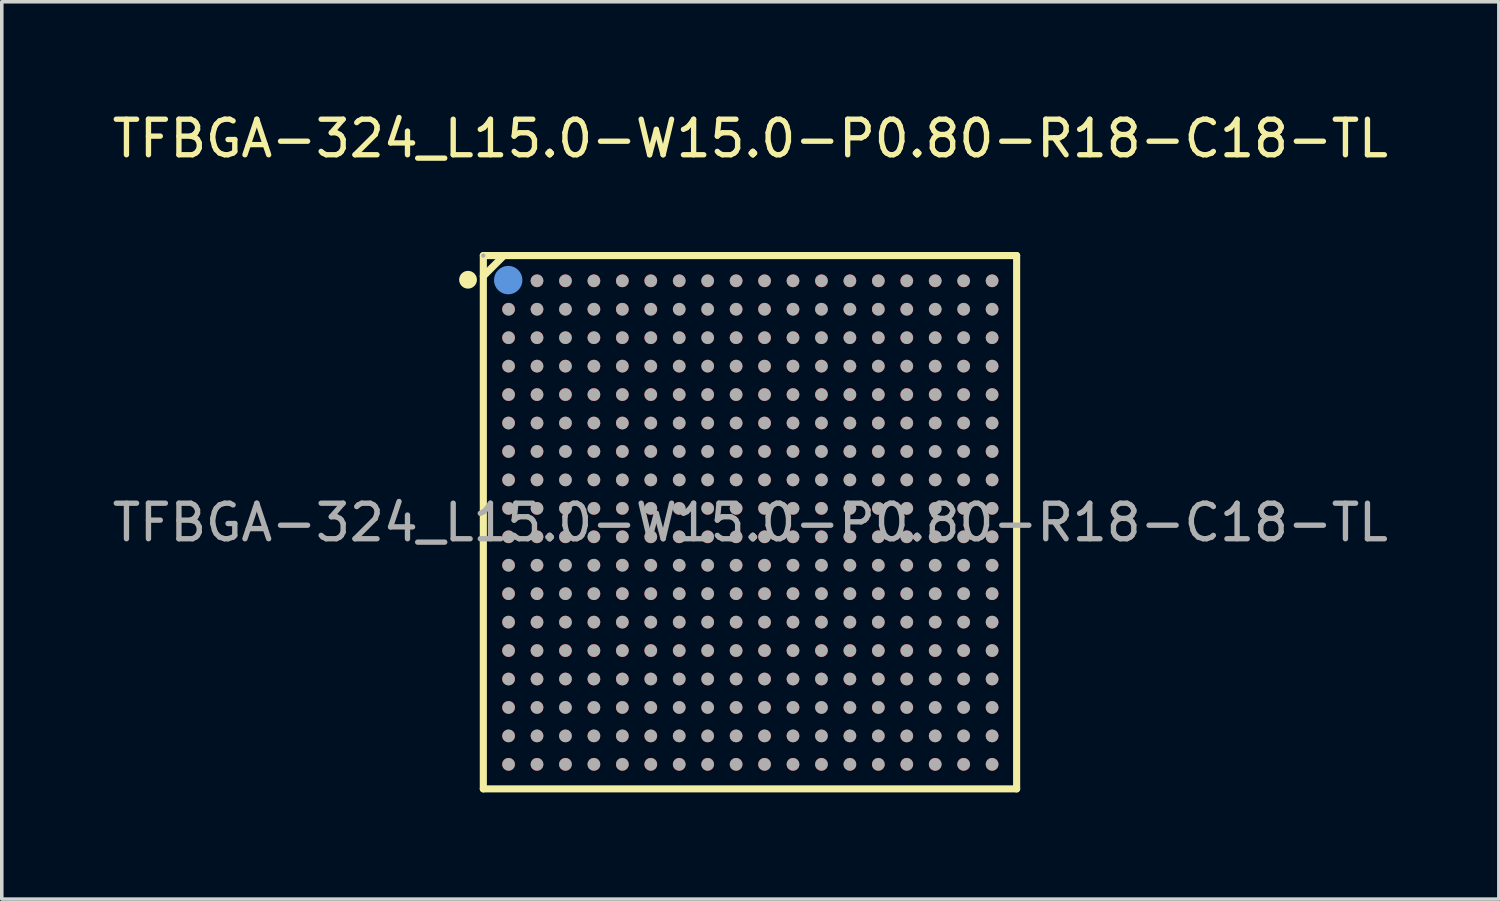
<source format=kicad_pcb>
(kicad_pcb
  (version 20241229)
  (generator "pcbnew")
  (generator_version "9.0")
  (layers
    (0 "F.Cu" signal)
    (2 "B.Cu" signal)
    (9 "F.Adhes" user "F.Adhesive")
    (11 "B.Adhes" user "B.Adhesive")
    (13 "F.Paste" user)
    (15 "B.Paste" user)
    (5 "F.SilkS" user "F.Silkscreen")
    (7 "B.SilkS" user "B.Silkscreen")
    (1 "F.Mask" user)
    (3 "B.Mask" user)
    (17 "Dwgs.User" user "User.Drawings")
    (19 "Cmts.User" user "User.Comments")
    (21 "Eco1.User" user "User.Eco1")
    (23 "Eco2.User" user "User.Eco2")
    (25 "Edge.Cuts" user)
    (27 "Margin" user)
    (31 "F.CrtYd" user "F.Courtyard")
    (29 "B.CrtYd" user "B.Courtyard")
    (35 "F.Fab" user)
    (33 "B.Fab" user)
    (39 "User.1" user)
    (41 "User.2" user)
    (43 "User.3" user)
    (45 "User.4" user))
  (footprint "TFBGA-324_L15.0-W15.0-P0.80-R18-C18-TL"
    (layer "F.Cu")
    (at 18.054 11.648)
    (property "Reference" "TFBGA-324_L15.0-W15.0-P0.80-R18-C18-TL" (at 0 -10.8 0) (layer "F.SilkS") (effects (font (size 1 1) (thickness 0.15))))
    (attr through_hole)
    (fp_line (start -7.51 -7.51) (end -7.51 7.49) (stroke (width 0.2) (type solid)) (layer "F.SilkS"))
    (fp_line (start -7.51 -6.93) (end -6.93 -7.51) (stroke (width 0.2) (type solid)) (layer "F.SilkS"))
    (fp_line (start -7.51 7.49) (end 7.49 7.49) (stroke (width 0.2) (type solid)) (layer "F.SilkS"))
    (fp_line (start 7.49 -7.51) (end -7.51 -7.51) (stroke (width 0.2) (type solid)) (layer "F.SilkS"))
    (fp_line (start 7.49 7.49) (end 7.49 -7.51) (stroke (width 0.2) (type solid)) (layer "F.SilkS"))
    (fp_arc (start -7.94 -6.83) (mid -7.94 -6.83) (end -7.94 -6.83) (stroke (width 0.25) (type solid)) (layer "F.SilkS"))
    (fp_circle (center -6.81 -6.82) (end -6.61 -6.82) (stroke (width 0.4) (type solid)) (fill no) (layer "Cmts.User"))
    (fp_circle (center -7.51 -7.51) (end -7.48 -7.51) (stroke (width 0.06) (type solid)) (fill no) (layer "F.Fab"))
    (fp_circle (center -6.8 -6.8) (end -6.71 -6.8) (stroke (width 0.18) (type solid)) (fill no) (layer "F.Fab"))
    (fp_circle (center -6.8 -6) (end -6.71 -6) (stroke (width 0.18) (type solid)) (fill no) (layer "F.Fab"))
    (fp_circle (center -6.8 -5.2) (end -6.71 -5.2) (stroke (width 0.18) (type solid)) (fill no) (layer "F.Fab"))
    (fp_circle (center -6.8 -4.4) (end -6.71 -4.4) (stroke (width 0.18) (type solid)) (fill no) (layer "F.Fab"))
    (fp_circle (center -6.8 -3.6) (end -6.71 -3.6) (stroke (width 0.18) (type solid)) (fill no) (layer "F.Fab"))
    (fp_circle (center -6.8 -2.8) (end -6.71 -2.8) (stroke (width 0.18) (type solid)) (fill no) (layer "F.Fab"))
    (fp_circle (center -6.8 -2) (end -6.71 -2) (stroke (width 0.18) (type solid)) (fill no) (layer "F.Fab"))
    (fp_circle (center -6.8 -1.2) (end -6.71 -1.2) (stroke (width 0.18) (type solid)) (fill no) (layer "F.Fab"))
    (fp_circle (center -6.8 -0.4) (end -6.71 -0.4) (stroke (width 0.18) (type solid)) (fill no) (layer "F.Fab"))
    (fp_circle (center -6.8 0.4) (end -6.71 0.4) (stroke (width 0.18) (type solid)) (fill no) (layer "F.Fab"))
    (fp_circle (center -6.8 1.2) (end -6.71 1.2) (stroke (width 0.18) (type solid)) (fill no) (layer "F.Fab"))
    (fp_circle (center -6.8 2) (end -6.71 2) (stroke (width 0.18) (type solid)) (fill no) (layer "F.Fab"))
    (fp_circle (center -6.8 2.8) (end -6.71 2.8) (stroke (width 0.18) (type solid)) (fill no) (layer "F.Fab"))
    (fp_circle (center -6.8 3.6) (end -6.71 3.6) (stroke (width 0.18) (type solid)) (fill no) (layer "F.Fab"))
    (fp_circle (center -6.8 4.4) (end -6.71 4.4) (stroke (width 0.18) (type solid)) (fill no) (layer "F.Fab"))
    (fp_circle (center -6.8 5.2) (end -6.71 5.2) (stroke (width 0.18) (type solid)) (fill no) (layer "F.Fab"))
    (fp_circle (center -6.8 6) (end -6.71 6) (stroke (width 0.18) (type solid)) (fill no) (layer "F.Fab"))
    (fp_circle (center -6.8 6.8) (end -6.71 6.8) (stroke (width 0.18) (type solid)) (fill no) (layer "F.Fab"))
    (fp_circle (center -6 -6.8) (end -5.91 -6.8) (stroke (width 0.18) (type solid)) (fill no) (layer "F.Fab"))
    (fp_circle (center -6 -6) (end -5.91 -6) (stroke (width 0.18) (type solid)) (fill no) (layer "F.Fab"))
    (fp_circle (center -6 -5.2) (end -5.91 -5.2) (stroke (width 0.18) (type solid)) (fill no) (layer "F.Fab"))
    (fp_circle (center -6 -4.4) (end -5.91 -4.4) (stroke (width 0.18) (type solid)) (fill no) (layer "F.Fab"))
    (fp_circle (center -6 -3.6) (end -5.91 -3.6) (stroke (width 0.18) (type solid)) (fill no) (layer "F.Fab"))
    (fp_circle (center -6 -2.8) (end -5.91 -2.8) (stroke (width 0.18) (type solid)) (fill no) (layer "F.Fab"))
    (fp_circle (center -6 -2) (end -5.91 -2) (stroke (width 0.18) (type solid)) (fill no) (layer "F.Fab"))
    (fp_circle (center -6 -1.2) (end -5.91 -1.2) (stroke (width 0.18) (type solid)) (fill no) (layer "F.Fab"))
    (fp_circle (center -6 -0.4) (end -5.91 -0.4) (stroke (width 0.18) (type solid)) (fill no) (layer "F.Fab"))
    (fp_circle (center -6 0.4) (end -5.91 0.4) (stroke (width 0.18) (type solid)) (fill no) (layer "F.Fab"))
    (fp_circle (center -6 1.2) (end -5.91 1.2) (stroke (width 0.18) (type solid)) (fill no) (layer "F.Fab"))
    (fp_circle (center -6 2) (end -5.91 2) (stroke (width 0.18) (type solid)) (fill no) (layer "F.Fab"))
    (fp_circle (center -6 2.8) (end -5.91 2.8) (stroke (width 0.18) (type solid)) (fill no) (layer "F.Fab"))
    (fp_circle (center -6 3.6) (end -5.91 3.6) (stroke (width 0.18) (type solid)) (fill no) (layer "F.Fab"))
    (fp_circle (center -6 4.4) (end -5.91 4.4) (stroke (width 0.18) (type solid)) (fill no) (layer "F.Fab"))
    (fp_circle (center -6 5.2) (end -5.91 5.2) (stroke (width 0.18) (type solid)) (fill no) (layer "F.Fab"))
    (fp_circle (center -6 6) (end -5.91 6) (stroke (width 0.18) (type solid)) (fill no) (layer "F.Fab"))
    (fp_circle (center -6 6.8) (end -5.91 6.8) (stroke (width 0.18) (type solid)) (fill no) (layer "F.Fab"))
    (fp_circle (center -5.2 -6.8) (end -5.11 -6.8) (stroke (width 0.18) (type solid)) (fill no) (layer "F.Fab"))
    (fp_circle (center -5.2 -6) (end -5.11 -6) (stroke (width 0.18) (type solid)) (fill no) (layer "F.Fab"))
    (fp_circle (center -5.2 -5.2) (end -5.11 -5.2) (stroke (width 0.18) (type solid)) (fill no) (layer "F.Fab"))
    (fp_circle (center -5.2 -4.4) (end -5.11 -4.4) (stroke (width 0.18) (type solid)) (fill no) (layer "F.Fab"))
    (fp_circle (center -5.2 -3.6) (end -5.11 -3.6) (stroke (width 0.18) (type solid)) (fill no) (layer "F.Fab"))
    (fp_circle (center -5.2 -2.8) (end -5.11 -2.8) (stroke (width 0.18) (type solid)) (fill no) (layer "F.Fab"))
    (fp_circle (center -5.2 -2) (end -5.11 -2) (stroke (width 0.18) (type solid)) (fill no) (layer "F.Fab"))
    (fp_circle (center -5.2 -1.2) (end -5.11 -1.2) (stroke (width 0.18) (type solid)) (fill no) (layer "F.Fab"))
    (fp_circle (center -5.2 -0.4) (end -5.11 -0.4) (stroke (width 0.18) (type solid)) (fill no) (layer "F.Fab"))
    (fp_circle (center -5.2 0.4) (end -5.11 0.4) (stroke (width 0.18) (type solid)) (fill no) (layer "F.Fab"))
    (fp_circle (center -5.2 1.2) (end -5.11 1.2) (stroke (width 0.18) (type solid)) (fill no) (layer "F.Fab"))
    (fp_circle (center -5.2 2) (end -5.11 2) (stroke (width 0.18) (type solid)) (fill no) (layer "F.Fab"))
    (fp_circle (center -5.2 2.8) (end -5.11 2.8) (stroke (width 0.18) (type solid)) (fill no) (layer "F.Fab"))
    (fp_circle (center -5.2 3.6) (end -5.11 3.6) (stroke (width 0.18) (type solid)) (fill no) (layer "F.Fab"))
    (fp_circle (center -5.2 4.4) (end -5.11 4.4) (stroke (width 0.18) (type solid)) (fill no) (layer "F.Fab"))
    (fp_circle (center -5.2 5.2) (end -5.11 5.2) (stroke (width 0.18) (type solid)) (fill no) (layer "F.Fab"))
    (fp_circle (center -5.2 6) (end -5.11 6) (stroke (width 0.18) (type solid)) (fill no) (layer "F.Fab"))
    (fp_circle (center -5.2 6.8) (end -5.11 6.8) (stroke (width 0.18) (type solid)) (fill no) (layer "F.Fab"))
    (fp_circle (center -4.4 -6.8) (end -4.31 -6.8) (stroke (width 0.18) (type solid)) (fill no) (layer "F.Fab"))
    (fp_circle (center -4.4 -6) (end -4.31 -6) (stroke (width 0.18) (type solid)) (fill no) (layer "F.Fab"))
    (fp_circle (center -4.4 -5.2) (end -4.31 -5.2) (stroke (width 0.18) (type solid)) (fill no) (layer "F.Fab"))
    (fp_circle (center -4.4 -4.4) (end -4.31 -4.4) (stroke (width 0.18) (type solid)) (fill no) (layer "F.Fab"))
    (fp_circle (center -4.4 -3.6) (end -4.31 -3.6) (stroke (width 0.18) (type solid)) (fill no) (layer "F.Fab"))
    (fp_circle (center -4.4 -2.8) (end -4.31 -2.8) (stroke (width 0.18) (type solid)) (fill no) (layer "F.Fab"))
    (fp_circle (center -4.4 -2) (end -4.31 -2) (stroke (width 0.18) (type solid)) (fill no) (layer "F.Fab"))
    (fp_circle (center -4.4 -1.2) (end -4.31 -1.2) (stroke (width 0.18) (type solid)) (fill no) (layer "F.Fab"))
    (fp_circle (center -4.4 -0.4) (end -4.31 -0.4) (stroke (width 0.18) (type solid)) (fill no) (layer "F.Fab"))
    (fp_circle (center -4.4 0.4) (end -4.31 0.4) (stroke (width 0.18) (type solid)) (fill no) (layer "F.Fab"))
    (fp_circle (center -4.4 1.2) (end -4.31 1.2) (stroke (width 0.18) (type solid)) (fill no) (layer "F.Fab"))
    (fp_circle (center -4.4 2) (end -4.31 2) (stroke (width 0.18) (type solid)) (fill no) (layer "F.Fab"))
    (fp_circle (center -4.4 2.8) (end -4.31 2.8) (stroke (width 0.18) (type solid)) (fill no) (layer "F.Fab"))
    (fp_circle (center -4.4 3.6) (end -4.31 3.6) (stroke (width 0.18) (type solid)) (fill no) (layer "F.Fab"))
    (fp_circle (center -4.4 4.4) (end -4.31 4.4) (stroke (width 0.18) (type solid)) (fill no) (layer "F.Fab"))
    (fp_circle (center -4.4 5.2) (end -4.31 5.2) (stroke (width 0.18) (type solid)) (fill no) (layer "F.Fab"))
    (fp_circle (center -4.4 6) (end -4.31 6) (stroke (width 0.18) (type solid)) (fill no) (layer "F.Fab"))
    (fp_circle (center -4.4 6.8) (end -4.31 6.8) (stroke (width 0.18) (type solid)) (fill no) (layer "F.Fab"))
    (fp_circle (center -3.6 -6.8) (end -3.51 -6.8) (stroke (width 0.18) (type solid)) (fill no) (layer "F.Fab"))
    (fp_circle (center -3.6 -6) (end -3.51 -6) (stroke (width 0.18) (type solid)) (fill no) (layer "F.Fab"))
    (fp_circle (center -3.6 -5.2) (end -3.51 -5.2) (stroke (width 0.18) (type solid)) (fill no) (layer "F.Fab"))
    (fp_circle (center -3.6 -4.4) (end -3.51 -4.4) (stroke (width 0.18) (type solid)) (fill no) (layer "F.Fab"))
    (fp_circle (center -3.6 -3.6) (end -3.51 -3.6) (stroke (width 0.18) (type solid)) (fill no) (layer "F.Fab"))
    (fp_circle (center -3.6 -2.8) (end -3.51 -2.8) (stroke (width 0.18) (type solid)) (fill no) (layer "F.Fab"))
    (fp_circle (center -3.6 -2) (end -3.51 -2) (stroke (width 0.18) (type solid)) (fill no) (layer "F.Fab"))
    (fp_circle (center -3.6 -1.2) (end -3.51 -1.2) (stroke (width 0.18) (type solid)) (fill no) (layer "F.Fab"))
    (fp_circle (center -3.6 -0.4) (end -3.51 -0.4) (stroke (width 0.18) (type solid)) (fill no) (layer "F.Fab"))
    (fp_circle (center -3.6 0.4) (end -3.51 0.4) (stroke (width 0.18) (type solid)) (fill no) (layer "F.Fab"))
    (fp_circle (center -3.6 1.2) (end -3.51 1.2) (stroke (width 0.18) (type solid)) (fill no) (layer "F.Fab"))
    (fp_circle (center -3.6 2) (end -3.51 2) (stroke (width 0.18) (type solid)) (fill no) (layer "F.Fab"))
    (fp_circle (center -3.6 2.8) (end -3.51 2.8) (stroke (width 0.18) (type solid)) (fill no) (layer "F.Fab"))
    (fp_circle (center -3.6 3.6) (end -3.51 3.6) (stroke (width 0.18) (type solid)) (fill no) (layer "F.Fab"))
    (fp_circle (center -3.6 4.4) (end -3.51 4.4) (stroke (width 0.18) (type solid)) (fill no) (layer "F.Fab"))
    (fp_circle (center -3.6 5.2) (end -3.51 5.2) (stroke (width 0.18) (type solid)) (fill no) (layer "F.Fab"))
    (fp_circle (center -3.6 6) (end -3.51 6) (stroke (width 0.18) (type solid)) (fill no) (layer "F.Fab"))
    (fp_circle (center -3.6 6.8) (end -3.51 6.8) (stroke (width 0.18) (type solid)) (fill no) (layer "F.Fab"))
    (fp_circle (center -2.8 -6.8) (end -2.71 -6.8) (stroke (width 0.18) (type solid)) (fill no) (layer "F.Fab"))
    (fp_circle (center -2.8 -6) (end -2.71 -6) (stroke (width 0.18) (type solid)) (fill no) (layer "F.Fab"))
    (fp_circle (center -2.8 -5.2) (end -2.71 -5.2) (stroke (width 0.18) (type solid)) (fill no) (layer "F.Fab"))
    (fp_circle (center -2.8 -4.4) (end -2.71 -4.4) (stroke (width 0.18) (type solid)) (fill no) (layer "F.Fab"))
    (fp_circle (center -2.8 -3.6) (end -2.71 -3.6) (stroke (width 0.18) (type solid)) (fill no) (layer "F.Fab"))
    (fp_circle (center -2.8 -2.8) (end -2.71 -2.8) (stroke (width 0.18) (type solid)) (fill no) (layer "F.Fab"))
    (fp_circle (center -2.8 -2) (end -2.71 -2) (stroke (width 0.18) (type solid)) (fill no) (layer "F.Fab"))
    (fp_circle (center -2.8 -1.2) (end -2.71 -1.2) (stroke (width 0.18) (type solid)) (fill no) (layer "F.Fab"))
    (fp_circle (center -2.8 -0.4) (end -2.71 -0.4) (stroke (width 0.18) (type solid)) (fill no) (layer "F.Fab"))
    (fp_circle (center -2.8 0.4) (end -2.71 0.4) (stroke (width 0.18) (type solid)) (fill no) (layer "F.Fab"))
    (fp_circle (center -2.8 1.2) (end -2.71 1.2) (stroke (width 0.18) (type solid)) (fill no) (layer "F.Fab"))
    (fp_circle (center -2.8 2) (end -2.71 2) (stroke (width 0.18) (type solid)) (fill no) (layer "F.Fab"))
    (fp_circle (center -2.8 2.8) (end -2.71 2.8) (stroke (width 0.18) (type solid)) (fill no) (layer "F.Fab"))
    (fp_circle (center -2.8 3.6) (end -2.71 3.6) (stroke (width 0.18) (type solid)) (fill no) (layer "F.Fab"))
    (fp_circle (center -2.8 4.4) (end -2.71 4.4) (stroke (width 0.18) (type solid)) (fill no) (layer "F.Fab"))
    (fp_circle (center -2.8 5.2) (end -2.71 5.2) (stroke (width 0.18) (type solid)) (fill no) (layer "F.Fab"))
    (fp_circle (center -2.8 6) (end -2.71 6) (stroke (width 0.18) (type solid)) (fill no) (layer "F.Fab"))
    (fp_circle (center -2.8 6.8) (end -2.71 6.8) (stroke (width 0.18) (type solid)) (fill no) (layer "F.Fab"))
    (fp_circle (center -2 -6.8) (end -1.91 -6.8) (stroke (width 0.18) (type solid)) (fill no) (layer "F.Fab"))
    (fp_circle (center -2 -6) (end -1.91 -6) (stroke (width 0.18) (type solid)) (fill no) (layer "F.Fab"))
    (fp_circle (center -2 -5.2) (end -1.91 -5.2) (stroke (width 0.18) (type solid)) (fill no) (layer "F.Fab"))
    (fp_circle (center -2 -4.4) (end -1.91 -4.4) (stroke (width 0.18) (type solid)) (fill no) (layer "F.Fab"))
    (fp_circle (center -2 -3.6) (end -1.91 -3.6) (stroke (width 0.18) (type solid)) (fill no) (layer "F.Fab"))
    (fp_circle (center -2 -2.8) (end -1.91 -2.8) (stroke (width 0.18) (type solid)) (fill no) (layer "F.Fab"))
    (fp_circle (center -2 -2) (end -1.91 -2) (stroke (width 0.18) (type solid)) (fill no) (layer "F.Fab"))
    (fp_circle (center -2 -1.2) (end -1.91 -1.2) (stroke (width 0.18) (type solid)) (fill no) (layer "F.Fab"))
    (fp_circle (center -2 -0.4) (end -1.91 -0.4) (stroke (width 0.18) (type solid)) (fill no) (layer "F.Fab"))
    (fp_circle (center -2 0.4) (end -1.91 0.4) (stroke (width 0.18) (type solid)) (fill no) (layer "F.Fab"))
    (fp_circle (center -2 1.2) (end -1.91 1.2) (stroke (width 0.18) (type solid)) (fill no) (layer "F.Fab"))
    (fp_circle (center -2 2) (end -1.91 2) (stroke (width 0.18) (type solid)) (fill no) (layer "F.Fab"))
    (fp_circle (center -2 2.8) (end -1.91 2.8) (stroke (width 0.18) (type solid)) (fill no) (layer "F.Fab"))
    (fp_circle (center -2 3.6) (end -1.91 3.6) (stroke (width 0.18) (type solid)) (fill no) (layer "F.Fab"))
    (fp_circle (center -2 4.4) (end -1.91 4.4) (stroke (width 0.18) (type solid)) (fill no) (layer "F.Fab"))
    (fp_circle (center -2 5.2) (end -1.91 5.2) (stroke (width 0.18) (type solid)) (fill no) (layer "F.Fab"))
    (fp_circle (center -2 6) (end -1.91 6) (stroke (width 0.18) (type solid)) (fill no) (layer "F.Fab"))
    (fp_circle (center -2 6.8) (end -1.91 6.8) (stroke (width 0.18) (type solid)) (fill no) (layer "F.Fab"))
    (fp_circle (center -1.2 -6.8) (end -1.11 -6.8) (stroke (width 0.18) (type solid)) (fill no) (layer "F.Fab"))
    (fp_circle (center -1.2 -6) (end -1.11 -6) (stroke (width 0.18) (type solid)) (fill no) (layer "F.Fab"))
    (fp_circle (center -1.2 -5.2) (end -1.11 -5.2) (stroke (width 0.18) (type solid)) (fill no) (layer "F.Fab"))
    (fp_circle (center -1.2 -4.4) (end -1.11 -4.4) (stroke (width 0.18) (type solid)) (fill no) (layer "F.Fab"))
    (fp_circle (center -1.2 -3.6) (end -1.11 -3.6) (stroke (width 0.18) (type solid)) (fill no) (layer "F.Fab"))
    (fp_circle (center -1.2 -2.8) (end -1.11 -2.8) (stroke (width 0.18) (type solid)) (fill no) (layer "F.Fab"))
    (fp_circle (center -1.2 -2) (end -1.11 -2) (stroke (width 0.18) (type solid)) (fill no) (layer "F.Fab"))
    (fp_circle (center -1.2 -1.2) (end -1.11 -1.2) (stroke (width 0.18) (type solid)) (fill no) (layer "F.Fab"))
    (fp_circle (center -1.2 -0.4) (end -1.11 -0.4) (stroke (width 0.18) (type solid)) (fill no) (layer "F.Fab"))
    (fp_circle (center -1.2 0.4) (end -1.11 0.4) (stroke (width 0.18) (type solid)) (fill no) (layer "F.Fab"))
    (fp_circle (center -1.2 1.2) (end -1.11 1.2) (stroke (width 0.18) (type solid)) (fill no) (layer "F.Fab"))
    (fp_circle (center -1.2 2) (end -1.11 2) (stroke (width 0.18) (type solid)) (fill no) (layer "F.Fab"))
    (fp_circle (center -1.2 2.8) (end -1.11 2.8) (stroke (width 0.18) (type solid)) (fill no) (layer "F.Fab"))
    (fp_circle (center -1.2 3.6) (end -1.11 3.6) (stroke (width 0.18) (type solid)) (fill no) (layer "F.Fab"))
    (fp_circle (center -1.2 4.4) (end -1.11 4.4) (stroke (width 0.18) (type solid)) (fill no) (layer "F.Fab"))
    (fp_circle (center -1.2 5.2) (end -1.11 5.2) (stroke (width 0.18) (type solid)) (fill no) (layer "F.Fab"))
    (fp_circle (center -1.2 6) (end -1.11 6) (stroke (width 0.18) (type solid)) (fill no) (layer "F.Fab"))
    (fp_circle (center -1.2 6.8) (end -1.11 6.8) (stroke (width 0.18) (type solid)) (fill no) (layer "F.Fab"))
    (fp_circle (center -0.4 -6.8) (end -0.31 -6.8) (stroke (width 0.18) (type solid)) (fill no) (layer "F.Fab"))
    (fp_circle (center -0.4 -6) (end -0.31 -6) (stroke (width 0.18) (type solid)) (fill no) (layer "F.Fab"))
    (fp_circle (center -0.4 -5.2) (end -0.31 -5.2) (stroke (width 0.18) (type solid)) (fill no) (layer "F.Fab"))
    (fp_circle (center -0.4 -4.4) (end -0.31 -4.4) (stroke (width 0.18) (type solid)) (fill no) (layer "F.Fab"))
    (fp_circle (center -0.4 -3.6) (end -0.31 -3.6) (stroke (width 0.18) (type solid)) (fill no) (layer "F.Fab"))
    (fp_circle (center -0.4 -2.8) (end -0.31 -2.8) (stroke (width 0.18) (type solid)) (fill no) (layer "F.Fab"))
    (fp_circle (center -0.4 -2) (end -0.31 -2) (stroke (width 0.18) (type solid)) (fill no) (layer "F.Fab"))
    (fp_circle (center -0.4 -1.2) (end -0.31 -1.2) (stroke (width 0.18) (type solid)) (fill no) (layer "F.Fab"))
    (fp_circle (center -0.4 -0.4) (end -0.31 -0.4) (stroke (width 0.18) (type solid)) (fill no) (layer "F.Fab"))
    (fp_circle (center -0.4 0.4) (end -0.31 0.4) (stroke (width 0.18) (type solid)) (fill no) (layer "F.Fab"))
    (fp_circle (center -0.4 1.2) (end -0.31 1.2) (stroke (width 0.18) (type solid)) (fill no) (layer "F.Fab"))
    (fp_circle (center -0.4 2) (end -0.31 2) (stroke (width 0.18) (type solid)) (fill no) (layer "F.Fab"))
    (fp_circle (center -0.4 2.8) (end -0.31 2.8) (stroke (width 0.18) (type solid)) (fill no) (layer "F.Fab"))
    (fp_circle (center -0.4 3.6) (end -0.31 3.6) (stroke (width 0.18) (type solid)) (fill no) (layer "F.Fab"))
    (fp_circle (center -0.4 4.4) (end -0.31 4.4) (stroke (width 0.18) (type solid)) (fill no) (layer "F.Fab"))
    (fp_circle (center -0.4 5.2) (end -0.31 5.2) (stroke (width 0.18) (type solid)) (fill no) (layer "F.Fab"))
    (fp_circle (center -0.4 6) (end -0.31 6) (stroke (width 0.18) (type solid)) (fill no) (layer "F.Fab"))
    (fp_circle (center -0.4 6.8) (end -0.31 6.8) (stroke (width 0.18) (type solid)) (fill no) (layer "F.Fab"))
    (fp_circle (center 0.4 -6.8) (end 0.49 -6.8) (stroke (width 0.18) (type solid)) (fill no) (layer "F.Fab"))
    (fp_circle (center 0.4 -6) (end 0.49 -6) (stroke (width 0.18) (type solid)) (fill no) (layer "F.Fab"))
    (fp_circle (center 0.4 -5.2) (end 0.49 -5.2) (stroke (width 0.18) (type solid)) (fill no) (layer "F.Fab"))
    (fp_circle (center 0.4 -4.4) (end 0.49 -4.4) (stroke (width 0.18) (type solid)) (fill no) (layer "F.Fab"))
    (fp_circle (center 0.4 -3.6) (end 0.49 -3.6) (stroke (width 0.18) (type solid)) (fill no) (layer "F.Fab"))
    (fp_circle (center 0.4 -2.8) (end 0.49 -2.8) (stroke (width 0.18) (type solid)) (fill no) (layer "F.Fab"))
    (fp_circle (center 0.4 -2) (end 0.49 -2) (stroke (width 0.18) (type solid)) (fill no) (layer "F.Fab"))
    (fp_circle (center 0.4 -1.2) (end 0.49 -1.2) (stroke (width 0.18) (type solid)) (fill no) (layer "F.Fab"))
    (fp_circle (center 0.4 -0.4) (end 0.49 -0.4) (stroke (width 0.18) (type solid)) (fill no) (layer "F.Fab"))
    (fp_circle (center 0.4 0.4) (end 0.49 0.4) (stroke (width 0.18) (type solid)) (fill no) (layer "F.Fab"))
    (fp_circle (center 0.4 1.2) (end 0.49 1.2) (stroke (width 0.18) (type solid)) (fill no) (layer "F.Fab"))
    (fp_circle (center 0.4 2) (end 0.49 2) (stroke (width 0.18) (type solid)) (fill no) (layer "F.Fab"))
    (fp_circle (center 0.4 2.8) (end 0.49 2.8) (stroke (width 0.18) (type solid)) (fill no) (layer "F.Fab"))
    (fp_circle (center 0.4 3.6) (end 0.49 3.6) (stroke (width 0.18) (type solid)) (fill no) (layer "F.Fab"))
    (fp_circle (center 0.4 4.4) (end 0.49 4.4) (stroke (width 0.18) (type solid)) (fill no) (layer "F.Fab"))
    (fp_circle (center 0.4 5.2) (end 0.49 5.2) (stroke (width 0.18) (type solid)) (fill no) (layer "F.Fab"))
    (fp_circle (center 0.4 6) (end 0.49 6) (stroke (width 0.18) (type solid)) (fill no) (layer "F.Fab"))
    (fp_circle (center 0.4 6.8) (end 0.49 6.8) (stroke (width 0.18) (type solid)) (fill no) (layer "F.Fab"))
    (fp_circle (center 1.2 -6.8) (end 1.29 -6.8) (stroke (width 0.18) (type solid)) (fill no) (layer "F.Fab"))
    (fp_circle (center 1.2 -6) (end 1.29 -6) (stroke (width 0.18) (type solid)) (fill no) (layer "F.Fab"))
    (fp_circle (center 1.2 -5.2) (end 1.29 -5.2) (stroke (width 0.18) (type solid)) (fill no) (layer "F.Fab"))
    (fp_circle (center 1.2 -4.4) (end 1.29 -4.4) (stroke (width 0.18) (type solid)) (fill no) (layer "F.Fab"))
    (fp_circle (center 1.2 -3.6) (end 1.29 -3.6) (stroke (width 0.18) (type solid)) (fill no) (layer "F.Fab"))
    (fp_circle (center 1.2 -2.8) (end 1.29 -2.8) (stroke (width 0.18) (type solid)) (fill no) (layer "F.Fab"))
    (fp_circle (center 1.2 -2) (end 1.29 -2) (stroke (width 0.18) (type solid)) (fill no) (layer "F.Fab"))
    (fp_circle (center 1.2 -1.2) (end 1.29 -1.2) (stroke (width 0.18) (type solid)) (fill no) (layer "F.Fab"))
    (fp_circle (center 1.2 -0.4) (end 1.29 -0.4) (stroke (width 0.18) (type solid)) (fill no) (layer "F.Fab"))
    (fp_circle (center 1.2 0.4) (end 1.29 0.4) (stroke (width 0.18) (type solid)) (fill no) (layer "F.Fab"))
    (fp_circle (center 1.2 1.2) (end 1.29 1.2) (stroke (width 0.18) (type solid)) (fill no) (layer "F.Fab"))
    (fp_circle (center 1.2 2) (end 1.29 2) (stroke (width 0.18) (type solid)) (fill no) (layer "F.Fab"))
    (fp_circle (center 1.2 2.8) (end 1.29 2.8) (stroke (width 0.18) (type solid)) (fill no) (layer "F.Fab"))
    (fp_circle (center 1.2 3.6) (end 1.29 3.6) (stroke (width 0.18) (type solid)) (fill no) (layer "F.Fab"))
    (fp_circle (center 1.2 4.4) (end 1.29 4.4) (stroke (width 0.18) (type solid)) (fill no) (layer "F.Fab"))
    (fp_circle (center 1.2 5.2) (end 1.29 5.2) (stroke (width 0.18) (type solid)) (fill no) (layer "F.Fab"))
    (fp_circle (center 1.2 6) (end 1.29 6) (stroke (width 0.18) (type solid)) (fill no) (layer "F.Fab"))
    (fp_circle (center 1.2 6.8) (end 1.29 6.8) (stroke (width 0.18) (type solid)) (fill no) (layer "F.Fab"))
    (fp_circle (center 2 -6.8) (end 2.09 -6.8) (stroke (width 0.18) (type solid)) (fill no) (layer "F.Fab"))
    (fp_circle (center 2 -6) (end 2.09 -6) (stroke (width 0.18) (type solid)) (fill no) (layer "F.Fab"))
    (fp_circle (center 2 -5.2) (end 2.09 -5.2) (stroke (width 0.18) (type solid)) (fill no) (layer "F.Fab"))
    (fp_circle (center 2 -4.4) (end 2.09 -4.4) (stroke (width 0.18) (type solid)) (fill no) (layer "F.Fab"))
    (fp_circle (center 2 -3.6) (end 2.09 -3.6) (stroke (width 0.18) (type solid)) (fill no) (layer "F.Fab"))
    (fp_circle (center 2 -2.8) (end 2.09 -2.8) (stroke (width 0.18) (type solid)) (fill no) (layer "F.Fab"))
    (fp_circle (center 2 -2) (end 2.09 -2) (stroke (width 0.18) (type solid)) (fill no) (layer "F.Fab"))
    (fp_circle (center 2 -1.2) (end 2.09 -1.2) (stroke (width 0.18) (type solid)) (fill no) (layer "F.Fab"))
    (fp_circle (center 2 -0.4) (end 2.09 -0.4) (stroke (width 0.18) (type solid)) (fill no) (layer "F.Fab"))
    (fp_circle (center 2 0.4) (end 2.09 0.4) (stroke (width 0.18) (type solid)) (fill no) (layer "F.Fab"))
    (fp_circle (center 2 1.2) (end 2.09 1.2) (stroke (width 0.18) (type solid)) (fill no) (layer "F.Fab"))
    (fp_circle (center 2 2) (end 2.09 2) (stroke (width 0.18) (type solid)) (fill no) (layer "F.Fab"))
    (fp_circle (center 2 2.8) (end 2.09 2.8) (stroke (width 0.18) (type solid)) (fill no) (layer "F.Fab"))
    (fp_circle (center 2 3.6) (end 2.09 3.6) (stroke (width 0.18) (type solid)) (fill no) (layer "F.Fab"))
    (fp_circle (center 2 4.4) (end 2.09 4.4) (stroke (width 0.18) (type solid)) (fill no) (layer "F.Fab"))
    (fp_circle (center 2 5.2) (end 2.09 5.2) (stroke (width 0.18) (type solid)) (fill no) (layer "F.Fab"))
    (fp_circle (center 2 6) (end 2.09 6) (stroke (width 0.18) (type solid)) (fill no) (layer "F.Fab"))
    (fp_circle (center 2 6.8) (end 2.09 6.8) (stroke (width 0.18) (type solid)) (fill no) (layer "F.Fab"))
    (fp_circle (center 2.8 -6.8) (end 2.89 -6.8) (stroke (width 0.18) (type solid)) (fill no) (layer "F.Fab"))
    (fp_circle (center 2.8 -6) (end 2.89 -6) (stroke (width 0.18) (type solid)) (fill no) (layer "F.Fab"))
    (fp_circle (center 2.8 -5.2) (end 2.89 -5.2) (stroke (width 0.18) (type solid)) (fill no) (layer "F.Fab"))
    (fp_circle (center 2.8 -4.4) (end 2.89 -4.4) (stroke (width 0.18) (type solid)) (fill no) (layer "F.Fab"))
    (fp_circle (center 2.8 -3.6) (end 2.89 -3.6) (stroke (width 0.18) (type solid)) (fill no) (layer "F.Fab"))
    (fp_circle (center 2.8 -2.8) (end 2.89 -2.8) (stroke (width 0.18) (type solid)) (fill no) (layer "F.Fab"))
    (fp_circle (center 2.8 -2) (end 2.89 -2) (stroke (width 0.18) (type solid)) (fill no) (layer "F.Fab"))
    (fp_circle (center 2.8 -1.2) (end 2.89 -1.2) (stroke (width 0.18) (type solid)) (fill no) (layer "F.Fab"))
    (fp_circle (center 2.8 -0.4) (end 2.89 -0.4) (stroke (width 0.18) (type solid)) (fill no) (layer "F.Fab"))
    (fp_circle (center 2.8 0.4) (end 2.89 0.4) (stroke (width 0.18) (type solid)) (fill no) (layer "F.Fab"))
    (fp_circle (center 2.8 1.2) (end 2.89 1.2) (stroke (width 0.18) (type solid)) (fill no) (layer "F.Fab"))
    (fp_circle (center 2.8 2) (end 2.89 2) (stroke (width 0.18) (type solid)) (fill no) (layer "F.Fab"))
    (fp_circle (center 2.8 2.8) (end 2.89 2.8) (stroke (width 0.18) (type solid)) (fill no) (layer "F.Fab"))
    (fp_circle (center 2.8 3.6) (end 2.89 3.6) (stroke (width 0.18) (type solid)) (fill no) (layer "F.Fab"))
    (fp_circle (center 2.8 4.4) (end 2.89 4.4) (stroke (width 0.18) (type solid)) (fill no) (layer "F.Fab"))
    (fp_circle (center 2.8 5.2) (end 2.89 5.2) (stroke (width 0.18) (type solid)) (fill no) (layer "F.Fab"))
    (fp_circle (center 2.8 6) (end 2.89 6) (stroke (width 0.18) (type solid)) (fill no) (layer "F.Fab"))
    (fp_circle (center 2.8 6.8) (end 2.89 6.8) (stroke (width 0.18) (type solid)) (fill no) (layer "F.Fab"))
    (fp_circle (center 3.6 -6.8) (end 3.69 -6.8) (stroke (width 0.18) (type solid)) (fill no) (layer "F.Fab"))
    (fp_circle (center 3.6 -6) (end 3.69 -6) (stroke (width 0.18) (type solid)) (fill no) (layer "F.Fab"))
    (fp_circle (center 3.6 -5.2) (end 3.69 -5.2) (stroke (width 0.18) (type solid)) (fill no) (layer "F.Fab"))
    (fp_circle (center 3.6 -4.4) (end 3.69 -4.4) (stroke (width 0.18) (type solid)) (fill no) (layer "F.Fab"))
    (fp_circle (center 3.6 -3.6) (end 3.69 -3.6) (stroke (width 0.18) (type solid)) (fill no) (layer "F.Fab"))
    (fp_circle (center 3.6 -2.8) (end 3.69 -2.8) (stroke (width 0.18) (type solid)) (fill no) (layer "F.Fab"))
    (fp_circle (center 3.6 -2) (end 3.69 -2) (stroke (width 0.18) (type solid)) (fill no) (layer "F.Fab"))
    (fp_circle (center 3.6 -1.2) (end 3.69 -1.2) (stroke (width 0.18) (type solid)) (fill no) (layer "F.Fab"))
    (fp_circle (center 3.6 -0.4) (end 3.69 -0.4) (stroke (width 0.18) (type solid)) (fill no) (layer "F.Fab"))
    (fp_circle (center 3.6 0.4) (end 3.69 0.4) (stroke (width 0.18) (type solid)) (fill no) (layer "F.Fab"))
    (fp_circle (center 3.6 1.2) (end 3.69 1.2) (stroke (width 0.18) (type solid)) (fill no) (layer "F.Fab"))
    (fp_circle (center 3.6 2) (end 3.69 2) (stroke (width 0.18) (type solid)) (fill no) (layer "F.Fab"))
    (fp_circle (center 3.6 2.8) (end 3.69 2.8) (stroke (width 0.18) (type solid)) (fill no) (layer "F.Fab"))
    (fp_circle (center 3.6 3.6) (end 3.69 3.6) (stroke (width 0.18) (type solid)) (fill no) (layer "F.Fab"))
    (fp_circle (center 3.6 4.4) (end 3.69 4.4) (stroke (width 0.18) (type solid)) (fill no) (layer "F.Fab"))
    (fp_circle (center 3.6 5.2) (end 3.69 5.2) (stroke (width 0.18) (type solid)) (fill no) (layer "F.Fab"))
    (fp_circle (center 3.6 6) (end 3.69 6) (stroke (width 0.18) (type solid)) (fill no) (layer "F.Fab"))
    (fp_circle (center 3.6 6.8) (end 3.69 6.8) (stroke (width 0.18) (type solid)) (fill no) (layer "F.Fab"))
    (fp_circle (center 4.4 -6.8) (end 4.49 -6.8) (stroke (width 0.18) (type solid)) (fill no) (layer "F.Fab"))
    (fp_circle (center 4.4 -6) (end 4.49 -6) (stroke (width 0.18) (type solid)) (fill no) (layer "F.Fab"))
    (fp_circle (center 4.4 -5.2) (end 4.49 -5.2) (stroke (width 0.18) (type solid)) (fill no) (layer "F.Fab"))
    (fp_circle (center 4.4 -4.4) (end 4.49 -4.4) (stroke (width 0.18) (type solid)) (fill no) (layer "F.Fab"))
    (fp_circle (center 4.4 -3.6) (end 4.49 -3.6) (stroke (width 0.18) (type solid)) (fill no) (layer "F.Fab"))
    (fp_circle (center 4.4 -2.8) (end 4.49 -2.8) (stroke (width 0.18) (type solid)) (fill no) (layer "F.Fab"))
    (fp_circle (center 4.4 -2) (end 4.49 -2) (stroke (width 0.18) (type solid)) (fill no) (layer "F.Fab"))
    (fp_circle (center 4.4 -1.2) (end 4.49 -1.2) (stroke (width 0.18) (type solid)) (fill no) (layer "F.Fab"))
    (fp_circle (center 4.4 -0.4) (end 4.49 -0.4) (stroke (width 0.18) (type solid)) (fill no) (layer "F.Fab"))
    (fp_circle (center 4.4 0.4) (end 4.49 0.4) (stroke (width 0.18) (type solid)) (fill no) (layer "F.Fab"))
    (fp_circle (center 4.4 1.2) (end 4.49 1.2) (stroke (width 0.18) (type solid)) (fill no) (layer "F.Fab"))
    (fp_circle (center 4.4 2) (end 4.49 2) (stroke (width 0.18) (type solid)) (fill no) (layer "F.Fab"))
    (fp_circle (center 4.4 2.8) (end 4.49 2.8) (stroke (width 0.18) (type solid)) (fill no) (layer "F.Fab"))
    (fp_circle (center 4.4 3.6) (end 4.49 3.6) (stroke (width 0.18) (type solid)) (fill no) (layer "F.Fab"))
    (fp_circle (center 4.4 4.4) (end 4.49 4.4) (stroke (width 0.18) (type solid)) (fill no) (layer "F.Fab"))
    (fp_circle (center 4.4 5.2) (end 4.49 5.2) (stroke (width 0.18) (type solid)) (fill no) (layer "F.Fab"))
    (fp_circle (center 4.4 6) (end 4.49 6) (stroke (width 0.18) (type solid)) (fill no) (layer "F.Fab"))
    (fp_circle (center 4.4 6.8) (end 4.49 6.8) (stroke (width 0.18) (type solid)) (fill no) (layer "F.Fab"))
    (fp_circle (center 5.2 -6.8) (end 5.29 -6.8) (stroke (width 0.18) (type solid)) (fill no) (layer "F.Fab"))
    (fp_circle (center 5.2 -6) (end 5.29 -6) (stroke (width 0.18) (type solid)) (fill no) (layer "F.Fab"))
    (fp_circle (center 5.2 -5.2) (end 5.29 -5.2) (stroke (width 0.18) (type solid)) (fill no) (layer "F.Fab"))
    (fp_circle (center 5.2 -4.4) (end 5.29 -4.4) (stroke (width 0.18) (type solid)) (fill no) (layer "F.Fab"))
    (fp_circle (center 5.2 -3.6) (end 5.29 -3.6) (stroke (width 0.18) (type solid)) (fill no) (layer "F.Fab"))
    (fp_circle (center 5.2 -2.8) (end 5.29 -2.8) (stroke (width 0.18) (type solid)) (fill no) (layer "F.Fab"))
    (fp_circle (center 5.2 -2) (end 5.29 -2) (stroke (width 0.18) (type solid)) (fill no) (layer "F.Fab"))
    (fp_circle (center 5.2 -1.2) (end 5.29 -1.2) (stroke (width 0.18) (type solid)) (fill no) (layer "F.Fab"))
    (fp_circle (center 5.2 -0.4) (end 5.29 -0.4) (stroke (width 0.18) (type solid)) (fill no) (layer "F.Fab"))
    (fp_circle (center 5.2 0.4) (end 5.29 0.4) (stroke (width 0.18) (type solid)) (fill no) (layer "F.Fab"))
    (fp_circle (center 5.2 1.2) (end 5.29 1.2) (stroke (width 0.18) (type solid)) (fill no) (layer "F.Fab"))
    (fp_circle (center 5.2 2) (end 5.29 2) (stroke (width 0.18) (type solid)) (fill no) (layer "F.Fab"))
    (fp_circle (center 5.2 2.8) (end 5.29 2.8) (stroke (width 0.18) (type solid)) (fill no) (layer "F.Fab"))
    (fp_circle (center 5.2 3.6) (end 5.29 3.6) (stroke (width 0.18) (type solid)) (fill no) (layer "F.Fab"))
    (fp_circle (center 5.2 4.4) (end 5.29 4.4) (stroke (width 0.18) (type solid)) (fill no) (layer "F.Fab"))
    (fp_circle (center 5.2 5.2) (end 5.29 5.2) (stroke (width 0.18) (type solid)) (fill no) (layer "F.Fab"))
    (fp_circle (center 5.2 6) (end 5.29 6) (stroke (width 0.18) (type solid)) (fill no) (layer "F.Fab"))
    (fp_circle (center 5.2 6.8) (end 5.29 6.8) (stroke (width 0.18) (type solid)) (fill no) (layer "F.Fab"))
    (fp_circle (center 6 -6.8) (end 6.09 -6.8) (stroke (width 0.18) (type solid)) (fill no) (layer "F.Fab"))
    (fp_circle (center 6 -6) (end 6.09 -6) (stroke (width 0.18) (type solid)) (fill no) (layer "F.Fab"))
    (fp_circle (center 6 -5.2) (end 6.09 -5.2) (stroke (width 0.18) (type solid)) (fill no) (layer "F.Fab"))
    (fp_circle (center 6 -4.4) (end 6.09 -4.4) (stroke (width 0.18) (type solid)) (fill no) (layer "F.Fab"))
    (fp_circle (center 6 -3.6) (end 6.09 -3.6) (stroke (width 0.18) (type solid)) (fill no) (layer "F.Fab"))
    (fp_circle (center 6 -2.8) (end 6.09 -2.8) (stroke (width 0.18) (type solid)) (fill no) (layer "F.Fab"))
    (fp_circle (center 6 -2) (end 6.09 -2) (stroke (width 0.18) (type solid)) (fill no) (layer "F.Fab"))
    (fp_circle (center 6 -1.2) (end 6.09 -1.2) (stroke (width 0.18) (type solid)) (fill no) (layer "F.Fab"))
    (fp_circle (center 6 -0.4) (end 6.09 -0.4) (stroke (width 0.18) (type solid)) (fill no) (layer "F.Fab"))
    (fp_circle (center 6 0.4) (end 6.09 0.4) (stroke (width 0.18) (type solid)) (fill no) (layer "F.Fab"))
    (fp_circle (center 6 1.2) (end 6.09 1.2) (stroke (width 0.18) (type solid)) (fill no) (layer "F.Fab"))
    (fp_circle (center 6 2) (end 6.09 2) (stroke (width 0.18) (type solid)) (fill no) (layer "F.Fab"))
    (fp_circle (center 6 2.8) (end 6.09 2.8) (stroke (width 0.18) (type solid)) (fill no) (layer "F.Fab"))
    (fp_circle (center 6 3.6) (end 6.09 3.6) (stroke (width 0.18) (type solid)) (fill no) (layer "F.Fab"))
    (fp_circle (center 6 4.4) (end 6.09 4.4) (stroke (width 0.18) (type solid)) (fill no) (layer "F.Fab"))
    (fp_circle (center 6 5.2) (end 6.09 5.2) (stroke (width 0.18) (type solid)) (fill no) (layer "F.Fab"))
    (fp_circle (center 6 6) (end 6.09 6) (stroke (width 0.18) (type solid)) (fill no) (layer "F.Fab"))
    (fp_circle (center 6 6.8) (end 6.09 6.8) (stroke (width 0.18) (type solid)) (fill no) (layer "F.Fab"))
    (fp_circle (center 6.8 -6.8) (end 6.89 -6.8) (stroke (width 0.18) (type solid)) (fill no) (layer "F.Fab"))
    (fp_circle (center 6.8 -6) (end 6.89 -6) (stroke (width 0.18) (type solid)) (fill no) (layer "F.Fab"))
    (fp_circle (center 6.8 -5.2) (end 6.89 -5.2) (stroke (width 0.18) (type solid)) (fill no) (layer "F.Fab"))
    (fp_circle (center 6.8 -4.4) (end 6.89 -4.4) (stroke (width 0.18) (type solid)) (fill no) (layer "F.Fab"))
    (fp_circle (center 6.8 -3.6) (end 6.89 -3.6) (stroke (width 0.18) (type solid)) (fill no) (layer "F.Fab"))
    (fp_circle (center 6.8 -2.8) (end 6.89 -2.8) (stroke (width 0.18) (type solid)) (fill no) (layer "F.Fab"))
    (fp_circle (center 6.8 -2) (end 6.89 -2) (stroke (width 0.18) (type solid)) (fill no) (layer "F.Fab"))
    (fp_circle (center 6.8 -1.2) (end 6.89 -1.2) (stroke (width 0.18) (type solid)) (fill no) (layer "F.Fab"))
    (fp_circle (center 6.8 -0.4) (end 6.89 -0.4) (stroke (width 0.18) (type solid)) (fill no) (layer "F.Fab"))
    (fp_circle (center 6.8 0.4) (end 6.89 0.4) (stroke (width 0.18) (type solid)) (fill no) (layer "F.Fab"))
    (fp_circle (center 6.8 1.2) (end 6.89 1.2) (stroke (width 0.18) (type solid)) (fill no) (layer "F.Fab"))
    (fp_circle (center 6.8 2) (end 6.89 2) (stroke (width 0.18) (type solid)) (fill no) (layer "F.Fab"))
    (fp_circle (center 6.8 2.8) (end 6.89 2.8) (stroke (width 0.18) (type solid)) (fill no) (layer "F.Fab"))
    (fp_circle (center 6.8 3.6) (end 6.89 3.6) (stroke (width 0.18) (type solid)) (fill no) (layer "F.Fab"))
    (fp_circle (center 6.8 4.4) (end 6.89 4.4) (stroke (width 0.18) (type solid)) (fill no) (layer "F.Fab"))
    (fp_circle (center 6.8 5.2) (end 6.89 5.2) (stroke (width 0.18) (type solid)) (fill no) (layer "F.Fab"))
    (fp_circle (center 6.8 6) (end 6.89 6) (stroke (width 0.18) (type solid)) (fill no) (layer "F.Fab"))
    (fp_circle (center 6.8 6.8) (end 6.89 6.8) (stroke (width 0.18) (type solid)) (fill no) (layer "F.Fab"))
    (fp_text user "${REFERENCE}" (at 0 0 0) (layer "F.Fab") (effects (font (size 1 1) (thickness 0.15))))
    (pad "A1" smd circle (at -6.8 -6.8 270) (size 0.36 0.36) (layers "F.Cu" "F.Mask" "F.Paste"))
    (pad "A2" smd circle (at -6 -6.8 270) (size 0.36 0.36) (layers "F.Cu" "F.Mask" "F.Paste"))
    (pad "A3" smd circle (at -5.2 -6.8 270) (size 0.36 0.36) (layers "F.Cu" "F.Mask" "F.Paste"))
    (pad "A4" smd circle (at -4.4 -6.8 270) (size 0.36 0.36) (layers "F.Cu" "F.Mask" "F.Paste"))
    (pad "A5" smd circle (at -3.6 -6.8 270) (size 0.36 0.36) (layers "F.Cu" "F.Mask" "F.Paste"))
    (pad "A6" smd circle (at -2.8 -6.8 270) (size 0.36 0.36) (layers "F.Cu" "F.Mask" "F.Paste"))
    (pad "A7" smd circle (at -2 -6.8 270) (size 0.36 0.36) (layers "F.Cu" "F.Mask" "F.Paste"))
    (pad "A8" smd circle (at -1.2 -6.8 270) (size 0.36 0.36) (layers "F.Cu" "F.Mask" "F.Paste"))
    (pad "A9" smd circle (at -0.4 -6.8 270) (size 0.36 0.36) (layers "F.Cu" "F.Mask" "F.Paste"))
    (pad "A10" smd circle (at 0.4 -6.8 270) (size 0.36 0.36) (layers "F.Cu" "F.Mask" "F.Paste"))
    (pad "A11" smd circle (at 1.2 -6.8 270) (size 0.36 0.36) (layers "F.Cu" "F.Mask" "F.Paste"))
    (pad "A12" smd circle (at 2 -6.8 270) (size 0.36 0.36) (layers "F.Cu" "F.Mask" "F.Paste"))
    (pad "A13" smd circle (at 2.8 -6.8 270) (size 0.36 0.36) (layers "F.Cu" "F.Mask" "F.Paste"))
    (pad "A14" smd circle (at 3.6 -6.8 270) (size 0.36 0.36) (layers "F.Cu" "F.Mask" "F.Paste"))
    (pad "A15" smd circle (at 4.4 -6.8 270) (size 0.36 0.36) (layers "F.Cu" "F.Mask" "F.Paste"))
    (pad "A16" smd circle (at 5.2 -6.8 270) (size 0.36 0.36) (layers "F.Cu" "F.Mask" "F.Paste"))
    (pad "A17" smd circle (at 6 -6.8 270) (size 0.36 0.36) (layers "F.Cu" "F.Mask" "F.Paste"))
    (pad "A18" smd circle (at 6.8 -6.8 270) (size 0.36 0.36) (layers "F.Cu" "F.Mask" "F.Paste"))
    (pad "B1" smd circle (at -6.8 -6 270) (size 0.36 0.36) (layers "F.Cu" "F.Mask" "F.Paste"))
    (pad "B2" smd circle (at -6 -6 270) (size 0.36 0.36) (layers "F.Cu" "F.Mask" "F.Paste"))
    (pad "B3" smd circle (at -5.2 -6 270) (size 0.36 0.36) (layers "F.Cu" "F.Mask" "F.Paste"))
    (pad "B4" smd circle (at -4.4 -6 270) (size 0.36 0.36) (layers "F.Cu" "F.Mask" "F.Paste"))
    (pad "B5" smd circle (at -3.6 -6 270) (size 0.36 0.36) (layers "F.Cu" "F.Mask" "F.Paste"))
    (pad "B6" smd circle (at -2.8 -6 270) (size 0.36 0.36) (layers "F.Cu" "F.Mask" "F.Paste"))
    (pad "B7" smd circle (at -2 -6 270) (size 0.36 0.36) (layers "F.Cu" "F.Mask" "F.Paste"))
    (pad "B8" smd circle (at -1.2 -6 270) (size 0.36 0.36) (layers "F.Cu" "F.Mask" "F.Paste"))
    (pad "B9" smd circle (at -0.4 -6 270) (size 0.36 0.36) (layers "F.Cu" "F.Mask" "F.Paste"))
    (pad "B10" smd circle (at 0.4 -6 270) (size 0.36 0.36) (layers "F.Cu" "F.Mask" "F.Paste"))
    (pad "B11" smd circle (at 1.2 -6 270) (size 0.36 0.36) (layers "F.Cu" "F.Mask" "F.Paste"))
    (pad "B12" smd circle (at 2 -6 270) (size 0.36 0.36) (layers "F.Cu" "F.Mask" "F.Paste"))
    (pad "B13" smd circle (at 2.8 -6 270) (size 0.36 0.36) (layers "F.Cu" "F.Mask" "F.Paste"))
    (pad "B14" smd circle (at 3.6 -6 270) (size 0.36 0.36) (layers "F.Cu" "F.Mask" "F.Paste"))
    (pad "B15" smd circle (at 4.4 -6 270) (size 0.36 0.36) (layers "F.Cu" "F.Mask" "F.Paste"))
    (pad "B16" smd circle (at 5.2 -6 270) (size 0.36 0.36) (layers "F.Cu" "F.Mask" "F.Paste"))
    (pad "B17" smd circle (at 6 -6 270) (size 0.36 0.36) (layers "F.Cu" "F.Mask" "F.Paste"))
    (pad "B18" smd circle (at 6.8 -6 270) (size 0.36 0.36) (layers "F.Cu" "F.Mask" "F.Paste"))
    (pad "C1" smd circle (at -6.8 -5.2 270) (size 0.36 0.36) (layers "F.Cu" "F.Mask" "F.Paste"))
    (pad "C2" smd circle (at -6 -5.2 270) (size 0.36 0.36) (layers "F.Cu" "F.Mask" "F.Paste"))
    (pad "C3" smd circle (at -5.2 -5.2 270) (size 0.36 0.36) (layers "F.Cu" "F.Mask" "F.Paste"))
    (pad "C4" smd circle (at -4.4 -5.2 270) (size 0.36 0.36) (layers "F.Cu" "F.Mask" "F.Paste"))
    (pad "C5" smd circle (at -3.6 -5.2 270) (size 0.36 0.36) (layers "F.Cu" "F.Mask" "F.Paste"))
    (pad "C6" smd circle (at -2.8 -5.2 270) (size 0.36 0.36) (layers "F.Cu" "F.Mask" "F.Paste"))
    (pad "C7" smd circle (at -2 -5.2 270) (size 0.36 0.36) (layers "F.Cu" "F.Mask" "F.Paste"))
    (pad "C8" smd circle (at -1.2 -5.2 270) (size 0.36 0.36) (layers "F.Cu" "F.Mask" "F.Paste"))
    (pad "C9" smd circle (at -0.4 -5.2 270) (size 0.36 0.36) (layers "F.Cu" "F.Mask" "F.Paste"))
    (pad "C10" smd circle (at 0.4 -5.2 270) (size 0.36 0.36) (layers "F.Cu" "F.Mask" "F.Paste"))
    (pad "C11" smd circle (at 1.2 -5.2 270) (size 0.36 0.36) (layers "F.Cu" "F.Mask" "F.Paste"))
    (pad "C12" smd circle (at 2 -5.2 270) (size 0.36 0.36) (layers "F.Cu" "F.Mask" "F.Paste"))
    (pad "C13" smd circle (at 2.8 -5.2 270) (size 0.36 0.36) (layers "F.Cu" "F.Mask" "F.Paste"))
    (pad "C14" smd circle (at 3.6 -5.2 270) (size 0.36 0.36) (layers "F.Cu" "F.Mask" "F.Paste"))
    (pad "C15" smd circle (at 4.4 -5.2 270) (size 0.36 0.36) (layers "F.Cu" "F.Mask" "F.Paste"))
    (pad "C16" smd circle (at 5.2 -5.2 270) (size 0.36 0.36) (layers "F.Cu" "F.Mask" "F.Paste"))
    (pad "C17" smd circle (at 6 -5.2 270) (size 0.36 0.36) (layers "F.Cu" "F.Mask" "F.Paste"))
    (pad "C18" smd circle (at 6.8 -5.2 270) (size 0.36 0.36) (layers "F.Cu" "F.Mask" "F.Paste"))
    (pad "D1" smd circle (at -6.8 -4.4 270) (size 0.36 0.36) (layers "F.Cu" "F.Mask" "F.Paste"))
    (pad "D2" smd circle (at -6 -4.4 270) (size 0.36 0.36) (layers "F.Cu" "F.Mask" "F.Paste"))
    (pad "D3" smd circle (at -5.2 -4.4 270) (size 0.36 0.36) (layers "F.Cu" "F.Mask" "F.Paste"))
    (pad "D4" smd circle (at -4.4 -4.4 270) (size 0.36 0.36) (layers "F.Cu" "F.Mask" "F.Paste"))
    (pad "D5" smd circle (at -3.6 -4.4 270) (size 0.36 0.36) (layers "F.Cu" "F.Mask" "F.Paste"))
    (pad "D6" smd circle (at -2.8 -4.4 270) (size 0.36 0.36) (layers "F.Cu" "F.Mask" "F.Paste"))
    (pad "D7" smd circle (at -2 -4.4 270) (size 0.36 0.36) (layers "F.Cu" "F.Mask" "F.Paste"))
    (pad "D8" smd circle (at -1.2 -4.4 270) (size 0.36 0.36) (layers "F.Cu" "F.Mask" "F.Paste"))
    (pad "D9" smd circle (at -0.4 -4.4 270) (size 0.36 0.36) (layers "F.Cu" "F.Mask" "F.Paste"))
    (pad "D10" smd circle (at 0.4 -4.4 270) (size 0.36 0.36) (layers "F.Cu" "F.Mask" "F.Paste"))
    (pad "D11" smd circle (at 1.2 -4.4 270) (size 0.36 0.36) (layers "F.Cu" "F.Mask" "F.Paste"))
    (pad "D12" smd circle (at 2 -4.4 270) (size 0.36 0.36) (layers "F.Cu" "F.Mask" "F.Paste"))
    (pad "D13" smd circle (at 2.8 -4.4 270) (size 0.36 0.36) (layers "F.Cu" "F.Mask" "F.Paste"))
    (pad "D14" smd circle (at 3.6 -4.4 270) (size 0.36 0.36) (layers "F.Cu" "F.Mask" "F.Paste"))
    (pad "D15" smd circle (at 4.4 -4.4 270) (size 0.36 0.36) (layers "F.Cu" "F.Mask" "F.Paste"))
    (pad "D16" smd circle (at 5.2 -4.4 270) (size 0.36 0.36) (layers "F.Cu" "F.Mask" "F.Paste"))
    (pad "D17" smd circle (at 6 -4.4 270) (size 0.36 0.36) (layers "F.Cu" "F.Mask" "F.Paste"))
    (pad "D18" smd circle (at 6.8 -4.4 270) (size 0.36 0.36) (layers "F.Cu" "F.Mask" "F.Paste"))
    (pad "E1" smd circle (at -6.8 -3.6 270) (size 0.36 0.36) (layers "F.Cu" "F.Mask" "F.Paste"))
    (pad "E2" smd circle (at -6 -3.6 270) (size 0.36 0.36) (layers "F.Cu" "F.Mask" "F.Paste"))
    (pad "E3" smd circle (at -5.2 -3.6 270) (size 0.36 0.36) (layers "F.Cu" "F.Mask" "F.Paste"))
    (pad "E4" smd circle (at -4.4 -3.6 270) (size 0.36 0.36) (layers "F.Cu" "F.Mask" "F.Paste"))
    (pad "E5" smd circle (at -3.6 -3.6 270) (size 0.36 0.36) (layers "F.Cu" "F.Mask" "F.Paste"))
    (pad "E6" smd circle (at -2.8 -3.6 270) (size 0.36 0.36) (layers "F.Cu" "F.Mask" "F.Paste"))
    (pad "E7" smd circle (at -2 -3.6 270) (size 0.36 0.36) (layers "F.Cu" "F.Mask" "F.Paste"))
    (pad "E8" smd circle (at -1.2 -3.6 270) (size 0.36 0.36) (layers "F.Cu" "F.Mask" "F.Paste"))
    (pad "E9" smd circle (at -0.4 -3.6 270) (size 0.36 0.36) (layers "F.Cu" "F.Mask" "F.Paste"))
    (pad "E10" smd circle (at 0.4 -3.6 270) (size 0.36 0.36) (layers "F.Cu" "F.Mask" "F.Paste"))
    (pad "E11" smd circle (at 1.2 -3.6 270) (size 0.36 0.36) (layers "F.Cu" "F.Mask" "F.Paste"))
    (pad "E12" smd circle (at 2 -3.6 270) (size 0.36 0.36) (layers "F.Cu" "F.Mask" "F.Paste"))
    (pad "E13" smd circle (at 2.8 -3.6 270) (size 0.36 0.36) (layers "F.Cu" "F.Mask" "F.Paste"))
    (pad "E14" smd circle (at 3.6 -3.6 270) (size 0.36 0.36) (layers "F.Cu" "F.Mask" "F.Paste"))
    (pad "E15" smd circle (at 4.4 -3.6 270) (size 0.36 0.36) (layers "F.Cu" "F.Mask" "F.Paste"))
    (pad "E16" smd circle (at 5.2 -3.6 270) (size 0.36 0.36) (layers "F.Cu" "F.Mask" "F.Paste"))
    (pad "E17" smd circle (at 6 -3.6 270) (size 0.36 0.36) (layers "F.Cu" "F.Mask" "F.Paste"))
    (pad "E18" smd circle (at 6.8 -3.6 270) (size 0.36 0.36) (layers "F.Cu" "F.Mask" "F.Paste"))
    (pad "F1" smd circle (at -6.8 -2.8 270) (size 0.36 0.36) (layers "F.Cu" "F.Mask" "F.Paste"))
    (pad "F2" smd circle (at -6 -2.8 270) (size 0.36 0.36) (layers "F.Cu" "F.Mask" "F.Paste"))
    (pad "F3" smd circle (at -5.2 -2.8 270) (size 0.36 0.36) (layers "F.Cu" "F.Mask" "F.Paste"))
    (pad "F4" smd circle (at -4.4 -2.8 270) (size 0.36 0.36) (layers "F.Cu" "F.Mask" "F.Paste"))
    (pad "F5" smd circle (at -3.6 -2.8 270) (size 0.36 0.36) (layers "F.Cu" "F.Mask" "F.Paste"))
    (pad "F6" smd circle (at -2.8 -2.8 270) (size 0.36 0.36) (layers "F.Cu" "F.Mask" "F.Paste"))
    (pad "F7" smd circle (at -2 -2.8 270) (size 0.36 0.36) (layers "F.Cu" "F.Mask" "F.Paste"))
    (pad "F8" smd circle (at -1.2 -2.8 270) (size 0.36 0.36) (layers "F.Cu" "F.Mask" "F.Paste"))
    (pad "F9" smd circle (at -0.4 -2.8 270) (size 0.36 0.36) (layers "F.Cu" "F.Mask" "F.Paste"))
    (pad "F10" smd circle (at 0.4 -2.8 270) (size 0.36 0.36) (layers "F.Cu" "F.Mask" "F.Paste"))
    (pad "F11" smd circle (at 1.2 -2.8 270) (size 0.36 0.36) (layers "F.Cu" "F.Mask" "F.Paste"))
    (pad "F12" smd circle (at 2 -2.8 270) (size 0.36 0.36) (layers "F.Cu" "F.Mask" "F.Paste"))
    (pad "F13" smd circle (at 2.8 -2.8 270) (size 0.36 0.36) (layers "F.Cu" "F.Mask" "F.Paste"))
    (pad "F14" smd circle (at 3.6 -2.8 270) (size 0.36 0.36) (layers "F.Cu" "F.Mask" "F.Paste"))
    (pad "F15" smd circle (at 4.4 -2.8 270) (size 0.36 0.36) (layers "F.Cu" "F.Mask" "F.Paste"))
    (pad "F16" smd circle (at 5.2 -2.8 270) (size 0.36 0.36) (layers "F.Cu" "F.Mask" "F.Paste"))
    (pad "F17" smd circle (at 6 -2.8 270) (size 0.36 0.36) (layers "F.Cu" "F.Mask" "F.Paste"))
    (pad "F18" smd circle (at 6.8 -2.8 270) (size 0.36 0.36) (layers "F.Cu" "F.Mask" "F.Paste"))
    (pad "G1" smd circle (at -6.8 -2 270) (size 0.36 0.36) (layers "F.Cu" "F.Mask" "F.Paste"))
    (pad "G2" smd circle (at -6 -2 270) (size 0.36 0.36) (layers "F.Cu" "F.Mask" "F.Paste"))
    (pad "G3" smd circle (at -5.2 -2 270) (size 0.36 0.36) (layers "F.Cu" "F.Mask" "F.Paste"))
    (pad "G4" smd circle (at -4.4 -2 270) (size 0.36 0.36) (layers "F.Cu" "F.Mask" "F.Paste"))
    (pad "G5" smd circle (at -3.6 -2 270) (size 0.36 0.36) (layers "F.Cu" "F.Mask" "F.Paste"))
    (pad "G6" smd circle (at -2.8 -2 270) (size 0.36 0.36) (layers "F.Cu" "F.Mask" "F.Paste"))
    (pad "G7" smd circle (at -2 -2 270) (size 0.36 0.36) (layers "F.Cu" "F.Mask" "F.Paste"))
    (pad "G8" smd circle (at -1.2 -2 270) (size 0.36 0.36) (layers "F.Cu" "F.Mask" "F.Paste"))
    (pad "G9" smd circle (at -0.4 -2 270) (size 0.36 0.36) (layers "F.Cu" "F.Mask" "F.Paste"))
    (pad "G10" smd circle (at 0.4 -2 270) (size 0.36 0.36) (layers "F.Cu" "F.Mask" "F.Paste"))
    (pad "G11" smd circle (at 1.2 -2 270) (size 0.36 0.36) (layers "F.Cu" "F.Mask" "F.Paste"))
    (pad "G12" smd circle (at 2 -2 270) (size 0.36 0.36) (layers "F.Cu" "F.Mask" "F.Paste"))
    (pad "G13" smd circle (at 2.8 -2 270) (size 0.36 0.36) (layers "F.Cu" "F.Mask" "F.Paste"))
    (pad "G14" smd circle (at 3.6 -2 270) (size 0.36 0.36) (layers "F.Cu" "F.Mask" "F.Paste"))
    (pad "G15" smd circle (at 4.4 -2 270) (size 0.36 0.36) (layers "F.Cu" "F.Mask" "F.Paste"))
    (pad "G16" smd circle (at 5.2 -2 270) (size 0.36 0.36) (layers "F.Cu" "F.Mask" "F.Paste"))
    (pad "G17" smd circle (at 6 -2 270) (size 0.36 0.36) (layers "F.Cu" "F.Mask" "F.Paste"))
    (pad "G18" smd circle (at 6.8 -2 270) (size 0.36 0.36) (layers "F.Cu" "F.Mask" "F.Paste"))
    (pad "H1" smd circle (at -6.8 -1.2 270) (size 0.36 0.36) (layers "F.Cu" "F.Mask" "F.Paste"))
    (pad "H2" smd circle (at -6 -1.2 270) (size 0.36 0.36) (layers "F.Cu" "F.Mask" "F.Paste"))
    (pad "H3" smd circle (at -5.2 -1.2 270) (size 0.36 0.36) (layers "F.Cu" "F.Mask" "F.Paste"))
    (pad "H4" smd circle (at -4.4 -1.2 270) (size 0.36 0.36) (layers "F.Cu" "F.Mask" "F.Paste"))
    (pad "H5" smd circle (at -3.6 -1.2 270) (size 0.36 0.36) (layers "F.Cu" "F.Mask" "F.Paste"))
    (pad "H6" smd circle (at -2.8 -1.2 270) (size 0.36 0.36) (layers "F.Cu" "F.Mask" "F.Paste"))
    (pad "H7" smd circle (at -2 -1.2 270) (size 0.36 0.36) (layers "F.Cu" "F.Mask" "F.Paste"))
    (pad "H8" smd circle (at -1.2 -1.2 270) (size 0.36 0.36) (layers "F.Cu" "F.Mask" "F.Paste"))
    (pad "H9" smd circle (at -0.4 -1.2 270) (size 0.36 0.36) (layers "F.Cu" "F.Mask" "F.Paste"))
    (pad "H10" smd circle (at 0.4 -1.2 270) (size 0.36 0.36) (layers "F.Cu" "F.Mask" "F.Paste"))
    (pad "H11" smd circle (at 1.2 -1.2 270) (size 0.36 0.36) (layers "F.Cu" "F.Mask" "F.Paste"))
    (pad "H12" smd circle (at 2 -1.2 270) (size 0.36 0.36) (layers "F.Cu" "F.Mask" "F.Paste"))
    (pad "H13" smd circle (at 2.8 -1.2 270) (size 0.36 0.36) (layers "F.Cu" "F.Mask" "F.Paste"))
    (pad "H14" smd circle (at 3.6 -1.2 270) (size 0.36 0.36) (layers "F.Cu" "F.Mask" "F.Paste"))
    (pad "H15" smd circle (at 4.4 -1.2 270) (size 0.36 0.36) (layers "F.Cu" "F.Mask" "F.Paste"))
    (pad "H16" smd circle (at 5.2 -1.2 270) (size 0.36 0.36) (layers "F.Cu" "F.Mask" "F.Paste"))
    (pad "H17" smd circle (at 6 -1.2 270) (size 0.36 0.36) (layers "F.Cu" "F.Mask" "F.Paste"))
    (pad "H18" smd circle (at 6.8 -1.2 270) (size 0.36 0.36) (layers "F.Cu" "F.Mask" "F.Paste"))
    (pad "J1" smd circle (at -6.8 -0.4 270) (size 0.36 0.36) (layers "F.Cu" "F.Mask" "F.Paste"))
    (pad "J2" smd circle (at -6 -0.4 270) (size 0.36 0.36) (layers "F.Cu" "F.Mask" "F.Paste"))
    (pad "J3" smd circle (at -5.2 -0.4 270) (size 0.36 0.36) (layers "F.Cu" "F.Mask" "F.Paste"))
    (pad "J4" smd circle (at -4.4 -0.4 270) (size 0.36 0.36) (layers "F.Cu" "F.Mask" "F.Paste"))
    (pad "J5" smd circle (at -3.6 -0.4 270) (size 0.36 0.36) (layers "F.Cu" "F.Mask" "F.Paste"))
    (pad "J6" smd circle (at -2.8 -0.4 270) (size 0.36 0.36) (layers "F.Cu" "F.Mask" "F.Paste"))
    (pad "J7" smd circle (at -2 -0.4 270) (size 0.36 0.36) (layers "F.Cu" "F.Mask" "F.Paste"))
    (pad "J8" smd circle (at -1.2 -0.4 270) (size 0.36 0.36) (layers "F.Cu" "F.Mask" "F.Paste"))
    (pad "J9" smd circle (at -0.4 -0.4 270) (size 0.36 0.36) (layers "F.Cu" "F.Mask" "F.Paste"))
    (pad "J10" smd circle (at 0.4 -0.4 270) (size 0.36 0.36) (layers "F.Cu" "F.Mask" "F.Paste"))
    (pad "J11" smd circle (at 1.2 -0.4 270) (size 0.36 0.36) (layers "F.Cu" "F.Mask" "F.Paste"))
    (pad "J12" smd circle (at 2 -0.4 270) (size 0.36 0.36) (layers "F.Cu" "F.Mask" "F.Paste"))
    (pad "J13" smd circle (at 2.8 -0.4 270) (size 0.36 0.36) (layers "F.Cu" "F.Mask" "F.Paste"))
    (pad "J14" smd circle (at 3.6 -0.4 270) (size 0.36 0.36) (layers "F.Cu" "F.Mask" "F.Paste"))
    (pad "J15" smd circle (at 4.4 -0.4 270) (size 0.36 0.36) (layers "F.Cu" "F.Mask" "F.Paste"))
    (pad "J16" smd circle (at 5.2 -0.4 270) (size 0.36 0.36) (layers "F.Cu" "F.Mask" "F.Paste"))
    (pad "J17" smd circle (at 6 -0.4 270) (size 0.36 0.36) (layers "F.Cu" "F.Mask" "F.Paste"))
    (pad "J18" smd circle (at 6.8 -0.4 270) (size 0.36 0.36) (layers "F.Cu" "F.Mask" "F.Paste"))
    (pad "K1" smd circle (at -6.8 0.4 270) (size 0.36 0.36) (layers "F.Cu" "F.Mask" "F.Paste"))
    (pad "K2" smd circle (at -6 0.4 270) (size 0.36 0.36) (layers "F.Cu" "F.Mask" "F.Paste"))
    (pad "K3" smd circle (at -5.2 0.4 270) (size 0.36 0.36) (layers "F.Cu" "F.Mask" "F.Paste"))
    (pad "K4" smd circle (at -4.4 0.4 270) (size 0.36 0.36) (layers "F.Cu" "F.Mask" "F.Paste"))
    (pad "K5" smd circle (at -3.6 0.4 270) (size 0.36 0.36) (layers "F.Cu" "F.Mask" "F.Paste"))
    (pad "K6" smd circle (at -2.8 0.4 270) (size 0.36 0.36) (layers "F.Cu" "F.Mask" "F.Paste"))
    (pad "K7" smd circle (at -2 0.4 270) (size 0.36 0.36) (layers "F.Cu" "F.Mask" "F.Paste"))
    (pad "K8" smd circle (at -1.2 0.4 270) (size 0.36 0.36) (layers "F.Cu" "F.Mask" "F.Paste"))
    (pad "K9" smd circle (at -0.4 0.4 270) (size 0.36 0.36) (layers "F.Cu" "F.Mask" "F.Paste"))
    (pad "K10" smd circle (at 0.4 0.4 270) (size 0.36 0.36) (layers "F.Cu" "F.Mask" "F.Paste"))
    (pad "K11" smd circle (at 1.2 0.4 270) (size 0.36 0.36) (layers "F.Cu" "F.Mask" "F.Paste"))
    (pad "K12" smd circle (at 2 0.4 270) (size 0.36 0.36) (layers "F.Cu" "F.Mask" "F.Paste"))
    (pad "K13" smd circle (at 2.8 0.4 270) (size 0.36 0.36) (layers "F.Cu" "F.Mask" "F.Paste"))
    (pad "K14" smd circle (at 3.6 0.4 270) (size 0.36 0.36) (layers "F.Cu" "F.Mask" "F.Paste"))
    (pad "K15" smd circle (at 4.4 0.4 270) (size 0.36 0.36) (layers "F.Cu" "F.Mask" "F.Paste"))
    (pad "K16" smd circle (at 5.2 0.4 270) (size 0.36 0.36) (layers "F.Cu" "F.Mask" "F.Paste"))
    (pad "K17" smd circle (at 6 0.4 270) (size 0.36 0.36) (layers "F.Cu" "F.Mask" "F.Paste"))
    (pad "K18" smd circle (at 6.8 0.4 270) (size 0.36 0.36) (layers "F.Cu" "F.Mask" "F.Paste"))
    (pad "L1" smd circle (at -6.8 1.2 270) (size 0.36 0.36) (layers "F.Cu" "F.Mask" "F.Paste"))
    (pad "L2" smd circle (at -6 1.2 270) (size 0.36 0.36) (layers "F.Cu" "F.Mask" "F.Paste"))
    (pad "L3" smd circle (at -5.2 1.2 270) (size 0.36 0.36) (layers "F.Cu" "F.Mask" "F.Paste"))
    (pad "L4" smd circle (at -4.4 1.2 270) (size 0.36 0.36) (layers "F.Cu" "F.Mask" "F.Paste"))
    (pad "L5" smd circle (at -3.6 1.2 270) (size 0.36 0.36) (layers "F.Cu" "F.Mask" "F.Paste"))
    (pad "L6" smd circle (at -2.8 1.2 270) (size 0.36 0.36) (layers "F.Cu" "F.Mask" "F.Paste"))
    (pad "L7" smd circle (at -2 1.2 270) (size 0.36 0.36) (layers "F.Cu" "F.Mask" "F.Paste"))
    (pad "L8" smd circle (at -1.2 1.2 270) (size 0.36 0.36) (layers "F.Cu" "F.Mask" "F.Paste"))
    (pad "L9" smd circle (at -0.4 1.2 270) (size 0.36 0.36) (layers "F.Cu" "F.Mask" "F.Paste"))
    (pad "L10" smd circle (at 0.4 1.2 270) (size 0.36 0.36) (layers "F.Cu" "F.Mask" "F.Paste"))
    (pad "L11" smd circle (at 1.2 1.2 270) (size 0.36 0.36) (layers "F.Cu" "F.Mask" "F.Paste"))
    (pad "L12" smd circle (at 2 1.2 270) (size 0.36 0.36) (layers "F.Cu" "F.Mask" "F.Paste"))
    (pad "L13" smd circle (at 2.8 1.2 270) (size 0.36 0.36) (layers "F.Cu" "F.Mask" "F.Paste"))
    (pad "L14" smd circle (at 3.6 1.2 270) (size 0.36 0.36) (layers "F.Cu" "F.Mask" "F.Paste"))
    (pad "L15" smd circle (at 4.4 1.2 270) (size 0.36 0.36) (layers "F.Cu" "F.Mask" "F.Paste"))
    (pad "L16" smd circle (at 5.2 1.2 270) (size 0.36 0.36) (layers "F.Cu" "F.Mask" "F.Paste"))
    (pad "L17" smd circle (at 6 1.2 270) (size 0.36 0.36) (layers "F.Cu" "F.Mask" "F.Paste"))
    (pad "L18" smd circle (at 6.8 1.2 270) (size 0.36 0.36) (layers "F.Cu" "F.Mask" "F.Paste"))
    (pad "M1" smd circle (at -6.8 2 270) (size 0.36 0.36) (layers "F.Cu" "F.Mask" "F.Paste"))
    (pad "M2" smd circle (at -6 2 270) (size 0.36 0.36) (layers "F.Cu" "F.Mask" "F.Paste"))
    (pad "M3" smd circle (at -5.2 2 270) (size 0.36 0.36) (layers "F.Cu" "F.Mask" "F.Paste"))
    (pad "M4" smd circle (at -4.4 2 270) (size 0.36 0.36) (layers "F.Cu" "F.Mask" "F.Paste"))
    (pad "M5" smd circle (at -3.6 2 270) (size 0.36 0.36) (layers "F.Cu" "F.Mask" "F.Paste"))
    (pad "M6" smd circle (at -2.8 2 270) (size 0.36 0.36) (layers "F.Cu" "F.Mask" "F.Paste"))
    (pad "M7" smd circle (at -2 2 270) (size 0.36 0.36) (layers "F.Cu" "F.Mask" "F.Paste"))
    (pad "M8" smd circle (at -1.2 2 270) (size 0.36 0.36) (layers "F.Cu" "F.Mask" "F.Paste"))
    (pad "M9" smd circle (at -0.4 2 270) (size 0.36 0.36) (layers "F.Cu" "F.Mask" "F.Paste"))
    (pad "M10" smd circle (at 0.4 2 270) (size 0.36 0.36) (layers "F.Cu" "F.Mask" "F.Paste"))
    (pad "M11" smd circle (at 1.2 2 270) (size 0.36 0.36) (layers "F.Cu" "F.Mask" "F.Paste"))
    (pad "M12" smd circle (at 2 2 270) (size 0.36 0.36) (layers "F.Cu" "F.Mask" "F.Paste"))
    (pad "M13" smd circle (at 2.8 2 270) (size 0.36 0.36) (layers "F.Cu" "F.Mask" "F.Paste"))
    (pad "M14" smd circle (at 3.6 2 270) (size 0.36 0.36) (layers "F.Cu" "F.Mask" "F.Paste"))
    (pad "M15" smd circle (at 4.4 2 270) (size 0.36 0.36) (layers "F.Cu" "F.Mask" "F.Paste"))
    (pad "M16" smd circle (at 5.2 2 270) (size 0.36 0.36) (layers "F.Cu" "F.Mask" "F.Paste"))
    (pad "M17" smd circle (at 6 2 270) (size 0.36 0.36) (layers "F.Cu" "F.Mask" "F.Paste"))
    (pad "M18" smd circle (at 6.8 2 270) (size 0.36 0.36) (layers "F.Cu" "F.Mask" "F.Paste"))
    (pad "N1" smd circle (at -6.8 2.8 270) (size 0.36 0.36) (layers "F.Cu" "F.Mask" "F.Paste"))
    (pad "N2" smd circle (at -6 2.8 270) (size 0.36 0.36) (layers "F.Cu" "F.Mask" "F.Paste"))
    (pad "N3" smd circle (at -5.2 2.8 270) (size 0.36 0.36) (layers "F.Cu" "F.Mask" "F.Paste"))
    (pad "N4" smd circle (at -4.4 2.8 270) (size 0.36 0.36) (layers "F.Cu" "F.Mask" "F.Paste"))
    (pad "N5" smd circle (at -3.6 2.8 270) (size 0.36 0.36) (layers "F.Cu" "F.Mask" "F.Paste"))
    (pad "N6" smd circle (at -2.8 2.8 270) (size 0.36 0.36) (layers "F.Cu" "F.Mask" "F.Paste"))
    (pad "N7" smd circle (at -2 2.8 270) (size 0.36 0.36) (layers "F.Cu" "F.Mask" "F.Paste"))
    (pad "N8" smd circle (at -1.2 2.8 270) (size 0.36 0.36) (layers "F.Cu" "F.Mask" "F.Paste"))
    (pad "N9" smd circle (at -0.4 2.8 270) (size 0.36 0.36) (layers "F.Cu" "F.Mask" "F.Paste"))
    (pad "N10" smd circle (at 0.4 2.8 270) (size 0.36 0.36) (layers "F.Cu" "F.Mask" "F.Paste"))
    (pad "N11" smd circle (at 1.2 2.8 270) (size 0.36 0.36) (layers "F.Cu" "F.Mask" "F.Paste"))
    (pad "N12" smd circle (at 2 2.8 270) (size 0.36 0.36) (layers "F.Cu" "F.Mask" "F.Paste"))
    (pad "N13" smd circle (at 2.8 2.8 270) (size 0.36 0.36) (layers "F.Cu" "F.Mask" "F.Paste"))
    (pad "N14" smd circle (at 3.6 2.8 270) (size 0.36 0.36) (layers "F.Cu" "F.Mask" "F.Paste"))
    (pad "N15" smd circle (at 4.4 2.8 270) (size 0.36 0.36) (layers "F.Cu" "F.Mask" "F.Paste"))
    (pad "N16" smd circle (at 5.2 2.8 270) (size 0.36 0.36) (layers "F.Cu" "F.Mask" "F.Paste"))
    (pad "N17" smd circle (at 6 2.8 270) (size 0.36 0.36) (layers "F.Cu" "F.Mask" "F.Paste"))
    (pad "N18" smd circle (at 6.8 2.8 270) (size 0.36 0.36) (layers "F.Cu" "F.Mask" "F.Paste"))
    (pad "P1" smd circle (at -6.8 3.6 270) (size 0.36 0.36) (layers "F.Cu" "F.Mask" "F.Paste"))
    (pad "P2" smd circle (at -6 3.6 270) (size 0.36 0.36) (layers "F.Cu" "F.Mask" "F.Paste"))
    (pad "P3" smd circle (at -5.2 3.6 270) (size 0.36 0.36) (layers "F.Cu" "F.Mask" "F.Paste"))
    (pad "P4" smd circle (at -4.4 3.6 270) (size 0.36 0.36) (layers "F.Cu" "F.Mask" "F.Paste"))
    (pad "P5" smd circle (at -3.6 3.6 270) (size 0.36 0.36) (layers "F.Cu" "F.Mask" "F.Paste"))
    (pad "P6" smd circle (at -2.8 3.6 270) (size 0.36 0.36) (layers "F.Cu" "F.Mask" "F.Paste"))
    (pad "P7" smd circle (at -2 3.6 270) (size 0.36 0.36) (layers "F.Cu" "F.Mask" "F.Paste"))
    (pad "P8" smd circle (at -1.2 3.6 270) (size 0.36 0.36) (layers "F.Cu" "F.Mask" "F.Paste"))
    (pad "P9" smd circle (at -0.4 3.6 270) (size 0.36 0.36) (layers "F.Cu" "F.Mask" "F.Paste"))
    (pad "P10" smd circle (at 0.4 3.6 270) (size 0.36 0.36) (layers "F.Cu" "F.Mask" "F.Paste"))
    (pad "P11" smd circle (at 1.2 3.6 270) (size 0.36 0.36) (layers "F.Cu" "F.Mask" "F.Paste"))
    (pad "P12" smd circle (at 2 3.6 270) (size 0.36 0.36) (layers "F.Cu" "F.Mask" "F.Paste"))
    (pad "P13" smd circle (at 2.8 3.6 270) (size 0.36 0.36) (layers "F.Cu" "F.Mask" "F.Paste"))
    (pad "P14" smd circle (at 3.6 3.6 270) (size 0.36 0.36) (layers "F.Cu" "F.Mask" "F.Paste"))
    (pad "P15" smd circle (at 4.4 3.6 270) (size 0.36 0.36) (layers "F.Cu" "F.Mask" "F.Paste"))
    (pad "P16" smd circle (at 5.2 3.6 270) (size 0.36 0.36) (layers "F.Cu" "F.Mask" "F.Paste"))
    (pad "P17" smd circle (at 6 3.6 270) (size 0.36 0.36) (layers "F.Cu" "F.Mask" "F.Paste"))
    (pad "P18" smd circle (at 6.8 3.6 270) (size 0.36 0.36) (layers "F.Cu" "F.Mask" "F.Paste"))
    (pad "R1" smd circle (at -6.8 4.4 270) (size 0.36 0.36) (layers "F.Cu" "F.Mask" "F.Paste"))
    (pad "R2" smd circle (at -6 4.4 270) (size 0.36 0.36) (layers "F.Cu" "F.Mask" "F.Paste"))
    (pad "R3" smd circle (at -5.2 4.4 270) (size 0.36 0.36) (layers "F.Cu" "F.Mask" "F.Paste"))
    (pad "R4" smd circle (at -4.4 4.4 270) (size 0.36 0.36) (layers "F.Cu" "F.Mask" "F.Paste"))
    (pad "R5" smd circle (at -3.6 4.4 270) (size 0.36 0.36) (layers "F.Cu" "F.Mask" "F.Paste"))
    (pad "R6" smd circle (at -2.8 4.4 270) (size 0.36 0.36) (layers "F.Cu" "F.Mask" "F.Paste"))
    (pad "R7" smd circle (at -2 4.4 270) (size 0.36 0.36) (layers "F.Cu" "F.Mask" "F.Paste"))
    (pad "R8" smd circle (at -1.2 4.4 270) (size 0.36 0.36) (layers "F.Cu" "F.Mask" "F.Paste"))
    (pad "R9" smd circle (at -0.4 4.4 270) (size 0.36 0.36) (layers "F.Cu" "F.Mask" "F.Paste"))
    (pad "R10" smd circle (at 0.4 4.4 270) (size 0.36 0.36) (layers "F.Cu" "F.Mask" "F.Paste"))
    (pad "R11" smd circle (at 1.2 4.4 270) (size 0.36 0.36) (layers "F.Cu" "F.Mask" "F.Paste"))
    (pad "R12" smd circle (at 2 4.4 270) (size 0.36 0.36) (layers "F.Cu" "F.Mask" "F.Paste"))
    (pad "R13" smd circle (at 2.8 4.4 270) (size 0.36 0.36) (layers "F.Cu" "F.Mask" "F.Paste"))
    (pad "R14" smd circle (at 3.6 4.4 270) (size 0.36 0.36) (layers "F.Cu" "F.Mask" "F.Paste"))
    (pad "R15" smd circle (at 4.4 4.4 270) (size 0.36 0.36) (layers "F.Cu" "F.Mask" "F.Paste"))
    (pad "R16" smd circle (at 5.2 4.4 270) (size 0.36 0.36) (layers "F.Cu" "F.Mask" "F.Paste"))
    (pad "R17" smd circle (at 6 4.4 270) (size 0.36 0.36) (layers "F.Cu" "F.Mask" "F.Paste"))
    (pad "R18" smd circle (at 6.8 4.4 270) (size 0.36 0.36) (layers "F.Cu" "F.Mask" "F.Paste"))
    (pad "T1" smd circle (at -6.8 5.2 270) (size 0.36 0.36) (layers "F.Cu" "F.Mask" "F.Paste"))
    (pad "T2" smd circle (at -6 5.2 270) (size 0.36 0.36) (layers "F.Cu" "F.Mask" "F.Paste"))
    (pad "T3" smd circle (at -5.2 5.2 270) (size 0.36 0.36) (layers "F.Cu" "F.Mask" "F.Paste"))
    (pad "T4" smd circle (at -4.4 5.2 270) (size 0.36 0.36) (layers "F.Cu" "F.Mask" "F.Paste"))
    (pad "T5" smd circle (at -3.6 5.2 270) (size 0.36 0.36) (layers "F.Cu" "F.Mask" "F.Paste"))
    (pad "T6" smd circle (at -2.8 5.2 270) (size 0.36 0.36) (layers "F.Cu" "F.Mask" "F.Paste"))
    (pad "T7" smd circle (at -2 5.2 270) (size 0.36 0.36) (layers "F.Cu" "F.Mask" "F.Paste"))
    (pad "T8" smd circle (at -1.2 5.2 270) (size 0.36 0.36) (layers "F.Cu" "F.Mask" "F.Paste"))
    (pad "T9" smd circle (at -0.4 5.2 270) (size 0.36 0.36) (layers "F.Cu" "F.Mask" "F.Paste"))
    (pad "T10" smd circle (at 0.4 5.2 270) (size 0.36 0.36) (layers "F.Cu" "F.Mask" "F.Paste"))
    (pad "T11" smd circle (at 1.2 5.2 270) (size 0.36 0.36) (layers "F.Cu" "F.Mask" "F.Paste"))
    (pad "T12" smd circle (at 2 5.2 270) (size 0.36 0.36) (layers "F.Cu" "F.Mask" "F.Paste"))
    (pad "T13" smd circle (at 2.8 5.2 270) (size 0.36 0.36) (layers "F.Cu" "F.Mask" "F.Paste"))
    (pad "T14" smd circle (at 3.6 5.2 270) (size 0.36 0.36) (layers "F.Cu" "F.Mask" "F.Paste"))
    (pad "T15" smd circle (at 4.4 5.2 270) (size 0.36 0.36) (layers "F.Cu" "F.Mask" "F.Paste"))
    (pad "T16" smd circle (at 5.2 5.2 270) (size 0.36 0.36) (layers "F.Cu" "F.Mask" "F.Paste"))
    (pad "T17" smd circle (at 6 5.2 270) (size 0.36 0.36) (layers "F.Cu" "F.Mask" "F.Paste"))
    (pad "T18" smd circle (at 6.8 5.2 270) (size 0.36 0.36) (layers "F.Cu" "F.Mask" "F.Paste"))
    (pad "U1" smd circle (at -6.8 6 270) (size 0.36 0.36) (layers "F.Cu" "F.Mask" "F.Paste"))
    (pad "U2" smd circle (at -6 6 270) (size 0.36 0.36) (layers "F.Cu" "F.Mask" "F.Paste"))
    (pad "U3" smd circle (at -5.2 6 270) (size 0.36 0.36) (layers "F.Cu" "F.Mask" "F.Paste"))
    (pad "U4" smd circle (at -4.4 6 270) (size 0.36 0.36) (layers "F.Cu" "F.Mask" "F.Paste"))
    (pad "U5" smd circle (at -3.6 6 270) (size 0.36 0.36) (layers "F.Cu" "F.Mask" "F.Paste"))
    (pad "U6" smd circle (at -2.8 6 270) (size 0.36 0.36) (layers "F.Cu" "F.Mask" "F.Paste"))
    (pad "U7" smd circle (at -2 6 270) (size 0.36 0.36) (layers "F.Cu" "F.Mask" "F.Paste"))
    (pad "U8" smd circle (at -1.2 6 270) (size 0.36 0.36) (layers "F.Cu" "F.Mask" "F.Paste"))
    (pad "U9" smd circle (at -0.4 6 270) (size 0.36 0.36) (layers "F.Cu" "F.Mask" "F.Paste"))
    (pad "U10" smd circle (at 0.4 6 270) (size 0.36 0.36) (layers "F.Cu" "F.Mask" "F.Paste"))
    (pad "U11" smd circle (at 1.2 6 270) (size 0.36 0.36) (layers "F.Cu" "F.Mask" "F.Paste"))
    (pad "U12" smd circle (at 2 6 270) (size 0.36 0.36) (layers "F.Cu" "F.Mask" "F.Paste"))
    (pad "U13" smd circle (at 2.8 6 270) (size 0.36 0.36) (layers "F.Cu" "F.Mask" "F.Paste"))
    (pad "U14" smd circle (at 3.6 6 270) (size 0.36 0.36) (layers "F.Cu" "F.Mask" "F.Paste"))
    (pad "U15" smd circle (at 4.4 6 270) (size 0.36 0.36) (layers "F.Cu" "F.Mask" "F.Paste"))
    (pad "U16" smd circle (at 5.2 6 270) (size 0.36 0.36) (layers "F.Cu" "F.Mask" "F.Paste"))
    (pad "U17" smd circle (at 6 6 270) (size 0.36 0.36) (layers "F.Cu" "F.Mask" "F.Paste"))
    (pad "U18" smd circle (at 6.8 6 270) (size 0.36 0.36) (layers "F.Cu" "F.Mask" "F.Paste"))
    (pad "V1" smd circle (at -6.8 6.8 270) (size 0.36 0.36) (layers "F.Cu" "F.Mask" "F.Paste"))
    (pad "V2" smd circle (at -6 6.8 270) (size 0.36 0.36) (layers "F.Cu" "F.Mask" "F.Paste"))
    (pad "V3" smd circle (at -5.2 6.8 270) (size 0.36 0.36) (layers "F.Cu" "F.Mask" "F.Paste"))
    (pad "V4" smd circle (at -4.4 6.8 270) (size 0.36 0.36) (layers "F.Cu" "F.Mask" "F.Paste"))
    (pad "V5" smd circle (at -3.6 6.8 270) (size 0.36 0.36) (layers "F.Cu" "F.Mask" "F.Paste"))
    (pad "V6" smd circle (at -2.8 6.8 270) (size 0.36 0.36) (layers "F.Cu" "F.Mask" "F.Paste"))
    (pad "V7" smd circle (at -2 6.8 270) (size 0.36 0.36) (layers "F.Cu" "F.Mask" "F.Paste"))
    (pad "V8" smd circle (at -1.2 6.8 270) (size 0.36 0.36) (layers "F.Cu" "F.Mask" "F.Paste"))
    (pad "V9" smd circle (at -0.4 6.8 270) (size 0.36 0.36) (layers "F.Cu" "F.Mask" "F.Paste"))
    (pad "V10" smd circle (at 0.4 6.8 270) (size 0.36 0.36) (layers "F.Cu" "F.Mask" "F.Paste"))
    (pad "V11" smd circle (at 1.2 6.8 270) (size 0.36 0.36) (layers "F.Cu" "F.Mask" "F.Paste"))
    (pad "V12" smd circle (at 2 6.8 270) (size 0.36 0.36) (layers "F.Cu" "F.Mask" "F.Paste"))
    (pad "V13" smd circle (at 2.8 6.8 270) (size 0.36 0.36) (layers "F.Cu" "F.Mask" "F.Paste"))
    (pad "V14" smd circle (at 3.6 6.8 270) (size 0.36 0.36) (layers "F.Cu" "F.Mask" "F.Paste"))
    (pad "V15" smd circle (at 4.4 6.8 270) (size 0.36 0.36) (layers "F.Cu" "F.Mask" "F.Paste"))
    (pad "V16" smd circle (at 5.2 6.8 270) (size 0.36 0.36) (layers "F.Cu" "F.Mask" "F.Paste"))
    (pad "V17" smd circle (at 6 6.8 270) (size 0.36 0.36) (layers "F.Cu" "F.Mask" "F.Paste"))
    (pad "V18" smd circle (at 6.8 6.8 270) (size 0.36 0.36) (layers "F.Cu" "F.Mask" "F.Paste")))
  (gr_rect
    (start -3 -3)
    (end 39.107 22.238)
    (stroke (width 0.1) (type default))
    (fill no)
    (layer "Edge.Cuts")))
</source>
